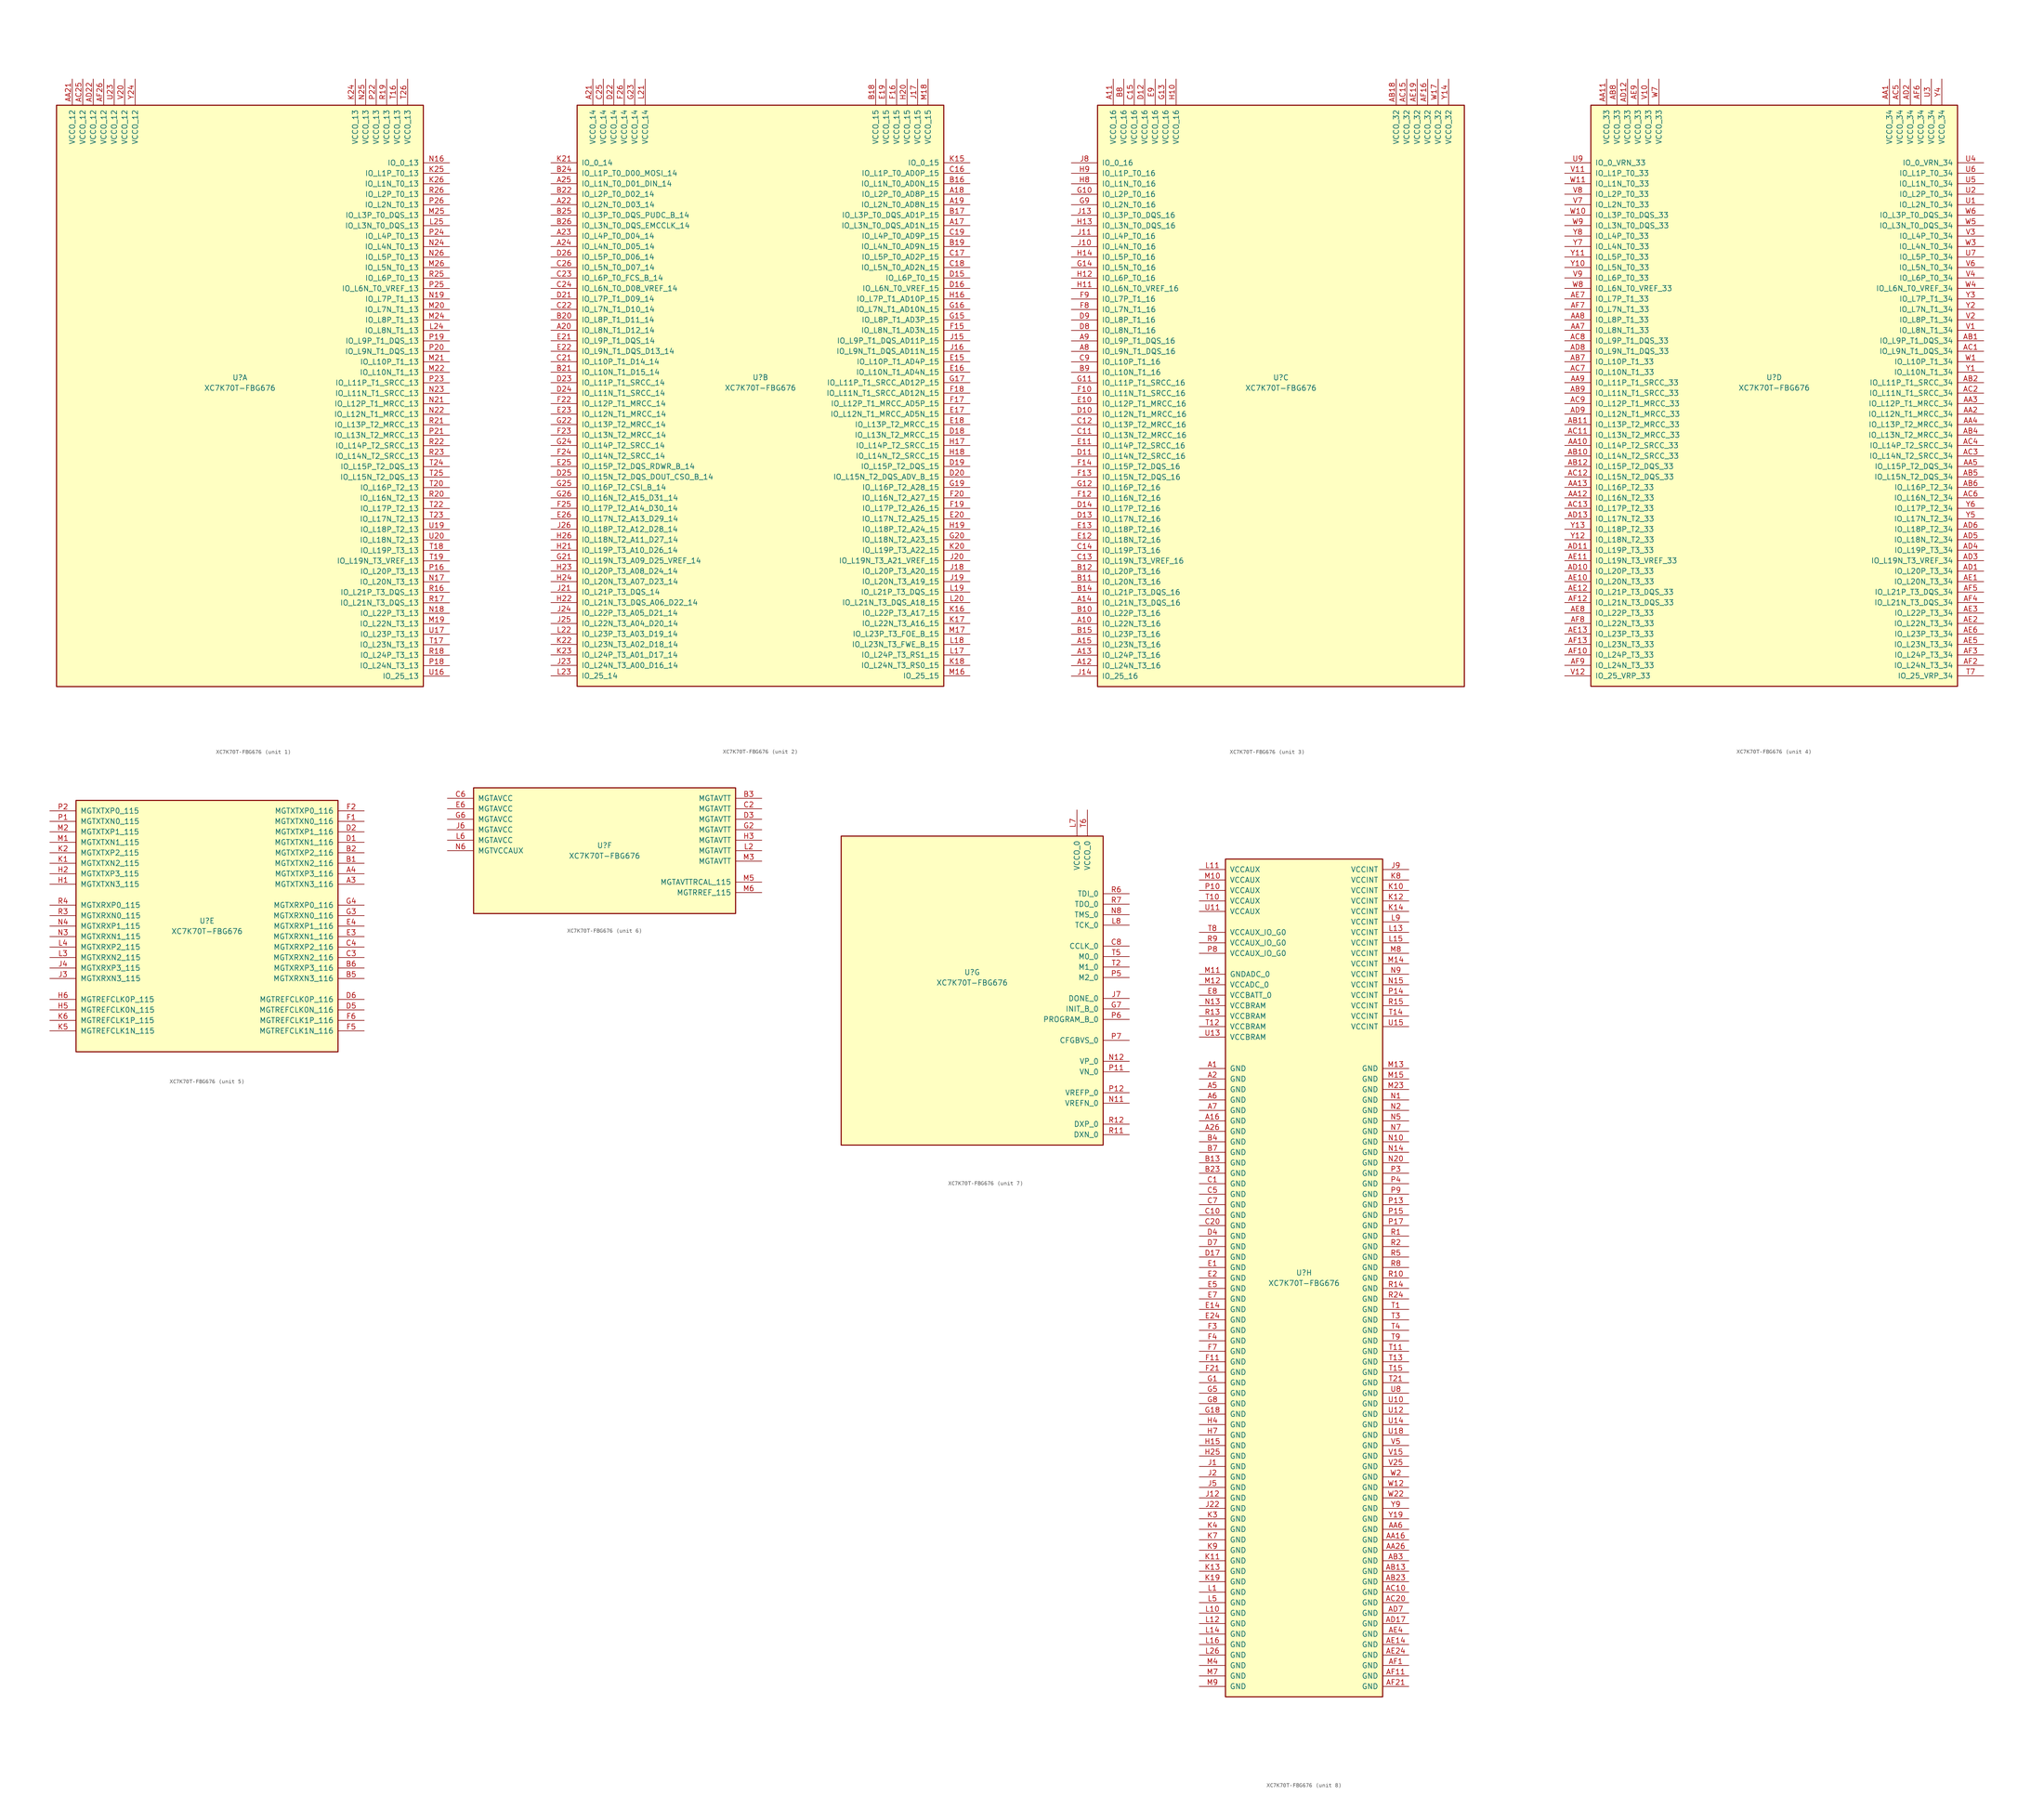
<source format=kicad_sym>
(kicad_symbol_lib
  (version 20241209)
  (generator "kicad_symbol_editor")
  (generator_version "9.0")
  (symbol "XC7K70T-FBG676"
    (pin_names
      (offset 1.016))
    (property "Reference" "U"
      (at 0 1.27 0)
      (effects (font (size 1.27 1.27))))
    (property "Value" "XC7K70T-FBG676"
      (at 0 -1.27 0)
      (effects (font (size 1.27 1.27))))
    (property "Datasheet" ""
      (at 0 0 0)
      (effects (font (size 1.27 1.27))))
    (property "ki_locked" ""
      (at 0 0 0)
      (effects (font (size 1.27 1.27))))
    (symbol "XC7K70T-FBG676_1_1"
      (rectangle (start -44.45 67.31) (end 44.45 -73.66) (stroke (width 0.254) (type default)) (fill (type background)))
      (pin power_in line (at -40.64 73.66 270) (length 6.35) (name "VCCO_12" (effects (font (size 1.27 1.27)))) (number "AA21" (effects (font (size 1.27 1.27)))))
      (pin power_in line (at -38.1 73.66 270) (length 6.35) (name "VCCO_12" (effects (font (size 1.27 1.27)))) (number "AC25" (effects (font (size 1.27 1.27)))))
      (pin power_in line (at -35.56 73.66 270) (length 6.35) (name "VCCO_12" (effects (font (size 1.27 1.27)))) (number "AD22" (effects (font (size 1.27 1.27)))))
      (pin power_in line (at -33.02 73.66 270) (length 6.35) (name "VCCO_12" (effects (font (size 1.27 1.27)))) (number "AF26" (effects (font (size 1.27 1.27)))))
      (pin power_in line (at -30.48 73.66 270) (length 6.35) (name "VCCO_12" (effects (font (size 1.27 1.27)))) (number "U23" (effects (font (size 1.27 1.27)))))
      (pin power_in line (at -27.94 73.66 270) (length 6.35) (name "VCCO_12" (effects (font (size 1.27 1.27)))) (number "V20" (effects (font (size 1.27 1.27)))))
      (pin power_in line (at -25.4 73.66 270) (length 6.35) (name "VCCO_12" (effects (font (size 1.27 1.27)))) (number "Y24" (effects (font (size 1.27 1.27)))))
      (pin power_in line (at 27.94 73.66 270) (length 6.35) (name "VCCO_13" (effects (font (size 1.27 1.27)))) (number "K24" (effects (font (size 1.27 1.27)))))
      (pin power_in line (at 30.48 73.66 270) (length 6.35) (name "VCCO_13" (effects (font (size 1.27 1.27)))) (number "N25" (effects (font (size 1.27 1.27)))))
      (pin power_in line (at 33.02 73.66 270) (length 6.35) (name "VCCO_13" (effects (font (size 1.27 1.27)))) (number "P22" (effects (font (size 1.27 1.27)))))
      (pin power_in line (at 35.56 73.66 270) (length 6.35) (name "VCCO_13" (effects (font (size 1.27 1.27)))) (number "R19" (effects (font (size 1.27 1.27)))))
      (pin power_in line (at 38.1 73.66 270) (length 6.35) (name "VCCO_13" (effects (font (size 1.27 1.27)))) (number "T16" (effects (font (size 1.27 1.27)))))
      (pin power_in line (at 40.64 73.66 270) (length 6.35) (name "VCCO_13" (effects (font (size 1.27 1.27)))) (number "T26" (effects (font (size 1.27 1.27)))))
      (pin bidirectional line (at 50.8 53.34 180) (length 6.35) (name "IO_0_13" (effects (font (size 1.27 1.27)))) (number "N16" (effects (font (size 1.27 1.27)))))
      (pin bidirectional line (at 50.8 50.8 180) (length 6.35) (name "IO_L1P_T0_13" (effects (font (size 1.27 1.27)))) (number "K25" (effects (font (size 1.27 1.27)))))
      (pin bidirectional line (at 50.8 48.26 180) (length 6.35) (name "IO_L1N_T0_13" (effects (font (size 1.27 1.27)))) (number "K26" (effects (font (size 1.27 1.27)))))
      (pin bidirectional line (at 50.8 45.72 180) (length 6.35) (name "IO_L2P_T0_13" (effects (font (size 1.27 1.27)))) (number "R26" (effects (font (size 1.27 1.27)))))
      (pin bidirectional line (at 50.8 43.18 180) (length 6.35) (name "IO_L2N_T0_13" (effects (font (size 1.27 1.27)))) (number "P26" (effects (font (size 1.27 1.27)))))
      (pin bidirectional line (at 50.8 40.64 180) (length 6.35) (name "IO_L3P_T0_DQS_13" (effects (font (size 1.27 1.27)))) (number "M25" (effects (font (size 1.27 1.27)))))
      (pin bidirectional line (at 50.8 38.1 180) (length 6.35) (name "IO_L3N_T0_DQS_13" (effects (font (size 1.27 1.27)))) (number "L25" (effects (font (size 1.27 1.27)))))
      (pin bidirectional line (at 50.8 35.56 180) (length 6.35) (name "IO_L4P_T0_13" (effects (font (size 1.27 1.27)))) (number "P24" (effects (font (size 1.27 1.27)))))
      (pin bidirectional line (at 50.8 33.02 180) (length 6.35) (name "IO_L4N_T0_13" (effects (font (size 1.27 1.27)))) (number "N24" (effects (font (size 1.27 1.27)))))
      (pin bidirectional line (at 50.8 30.48 180) (length 6.35) (name "IO_L5P_T0_13" (effects (font (size 1.27 1.27)))) (number "N26" (effects (font (size 1.27 1.27)))))
      (pin bidirectional line (at 50.8 27.94 180) (length 6.35) (name "IO_L5N_T0_13" (effects (font (size 1.27 1.27)))) (number "M26" (effects (font (size 1.27 1.27)))))
      (pin bidirectional line (at 50.8 25.4 180) (length 6.35) (name "IO_L6P_T0_13" (effects (font (size 1.27 1.27)))) (number "R25" (effects (font (size 1.27 1.27)))))
      (pin bidirectional line (at 50.8 22.86 180) (length 6.35) (name "IO_L6N_T0_VREF_13" (effects (font (size 1.27 1.27)))) (number "P25" (effects (font (size 1.27 1.27)))))
      (pin bidirectional line (at 50.8 20.32 180) (length 6.35) (name "IO_L7P_T1_13" (effects (font (size 1.27 1.27)))) (number "N19" (effects (font (size 1.27 1.27)))))
      (pin bidirectional line (at 50.8 17.78 180) (length 6.35) (name "IO_L7N_T1_13" (effects (font (size 1.27 1.27)))) (number "M20" (effects (font (size 1.27 1.27)))))
      (pin bidirectional line (at 50.8 15.24 180) (length 6.35) (name "IO_L8P_T1_13" (effects (font (size 1.27 1.27)))) (number "M24" (effects (font (size 1.27 1.27)))))
      (pin bidirectional line (at 50.8 12.7 180) (length 6.35) (name "IO_L8N_T1_13" (effects (font (size 1.27 1.27)))) (number "L24" (effects (font (size 1.27 1.27)))))
      (pin bidirectional line (at 50.8 10.16 180) (length 6.35) (name "IO_L9P_T1_DQS_13" (effects (font (size 1.27 1.27)))) (number "P19" (effects (font (size 1.27 1.27)))))
      (pin bidirectional line (at 50.8 7.62 180) (length 6.35) (name "IO_L9N_T1_DQS_13" (effects (font (size 1.27 1.27)))) (number "P20" (effects (font (size 1.27 1.27)))))
      (pin bidirectional line (at 50.8 5.08 180) (length 6.35) (name "IO_L10P_T1_13" (effects (font (size 1.27 1.27)))) (number "M21" (effects (font (size 1.27 1.27)))))
      (pin bidirectional line (at 50.8 2.54 180) (length 6.35) (name "IO_L10N_T1_13" (effects (font (size 1.27 1.27)))) (number "M22" (effects (font (size 1.27 1.27)))))
      (pin bidirectional line (at 50.8 0 180) (length 6.35) (name "IO_L11P_T1_SRCC_13" (effects (font (size 1.27 1.27)))) (number "P23" (effects (font (size 1.27 1.27)))))
      (pin bidirectional line (at 50.8 -2.54 180) (length 6.35) (name "IO_L11N_T1_SRCC_13" (effects (font (size 1.27 1.27)))) (number "N23" (effects (font (size 1.27 1.27)))))
      (pin bidirectional line (at 50.8 -5.08 180) (length 6.35) (name "IO_L12P_T1_MRCC_13" (effects (font (size 1.27 1.27)))) (number "N21" (effects (font (size 1.27 1.27)))))
      (pin bidirectional line (at 50.8 -7.62 180) (length 6.35) (name "IO_L12N_T1_MRCC_13" (effects (font (size 1.27 1.27)))) (number "N22" (effects (font (size 1.27 1.27)))))
      (pin bidirectional line (at 50.8 -10.16 180) (length 6.35) (name "IO_L13P_T2_MRCC_13" (effects (font (size 1.27 1.27)))) (number "R21" (effects (font (size 1.27 1.27)))))
      (pin bidirectional line (at 50.8 -12.7 180) (length 6.35) (name "IO_L13N_T2_MRCC_13" (effects (font (size 1.27 1.27)))) (number "P21" (effects (font (size 1.27 1.27)))))
      (pin bidirectional line (at 50.8 -15.24 180) (length 6.35) (name "IO_L14P_T2_SRCC_13" (effects (font (size 1.27 1.27)))) (number "R22" (effects (font (size 1.27 1.27)))))
      (pin bidirectional line (at 50.8 -17.78 180) (length 6.35) (name "IO_L14N_T2_SRCC_13" (effects (font (size 1.27 1.27)))) (number "R23" (effects (font (size 1.27 1.27)))))
      (pin bidirectional line (at 50.8 -20.32 180) (length 6.35) (name "IO_L15P_T2_DQS_13" (effects (font (size 1.27 1.27)))) (number "T24" (effects (font (size 1.27 1.27)))))
      (pin bidirectional line (at 50.8 -22.86 180) (length 6.35) (name "IO_L15N_T2_DQS_13" (effects (font (size 1.27 1.27)))) (number "T25" (effects (font (size 1.27 1.27)))))
      (pin bidirectional line (at 50.8 -25.4 180) (length 6.35) (name "IO_L16P_T2_13" (effects (font (size 1.27 1.27)))) (number "T20" (effects (font (size 1.27 1.27)))))
      (pin bidirectional line (at 50.8 -27.94 180) (length 6.35) (name "IO_L16N_T2_13" (effects (font (size 1.27 1.27)))) (number "R20" (effects (font (size 1.27 1.27)))))
      (pin bidirectional line (at 50.8 -30.48 180) (length 6.35) (name "IO_L17P_T2_13" (effects (font (size 1.27 1.27)))) (number "T22" (effects (font (size 1.27 1.27)))))
      (pin bidirectional line (at 50.8 -33.02 180) (length 6.35) (name "IO_L17N_T2_13" (effects (font (size 1.27 1.27)))) (number "T23" (effects (font (size 1.27 1.27)))))
      (pin bidirectional line (at 50.8 -35.56 180) (length 6.35) (name "IO_L18P_T2_13" (effects (font (size 1.27 1.27)))) (number "U19" (effects (font (size 1.27 1.27)))))
      (pin bidirectional line (at 50.8 -38.1 180) (length 6.35) (name "IO_L18N_T2_13" (effects (font (size 1.27 1.27)))) (number "U20" (effects (font (size 1.27 1.27)))))
      (pin bidirectional line (at 50.8 -40.64 180) (length 6.35) (name "IO_L19P_T3_13" (effects (font (size 1.27 1.27)))) (number "T18" (effects (font (size 1.27 1.27)))))
      (pin bidirectional line (at 50.8 -43.18 180) (length 6.35) (name "IO_L19N_T3_VREF_13" (effects (font (size 1.27 1.27)))) (number "T19" (effects (font (size 1.27 1.27)))))
      (pin bidirectional line (at 50.8 -45.72 180) (length 6.35) (name "IO_L20P_T3_13" (effects (font (size 1.27 1.27)))) (number "P16" (effects (font (size 1.27 1.27)))))
      (pin bidirectional line (at 50.8 -48.26 180) (length 6.35) (name "IO_L20N_T3_13" (effects (font (size 1.27 1.27)))) (number "N17" (effects (font (size 1.27 1.27)))))
      (pin bidirectional line (at 50.8 -50.8 180) (length 6.35) (name "IO_L21P_T3_DQS_13" (effects (font (size 1.27 1.27)))) (number "R16" (effects (font (size 1.27 1.27)))))
      (pin bidirectional line (at 50.8 -53.34 180) (length 6.35) (name "IO_L21N_T3_DQS_13" (effects (font (size 1.27 1.27)))) (number "R17" (effects (font (size 1.27 1.27)))))
      (pin bidirectional line (at 50.8 -55.88 180) (length 6.35) (name "IO_L22P_T3_13" (effects (font (size 1.27 1.27)))) (number "N18" (effects (font (size 1.27 1.27)))))
      (pin bidirectional line (at 50.8 -58.42 180) (length 6.35) (name "IO_L22N_T3_13" (effects (font (size 1.27 1.27)))) (number "M19" (effects (font (size 1.27 1.27)))))
      (pin bidirectional line (at 50.8 -60.96 180) (length 6.35) (name "IO_L23P_T3_13" (effects (font (size 1.27 1.27)))) (number "U17" (effects (font (size 1.27 1.27)))))
      (pin bidirectional line (at 50.8 -63.5 180) (length 6.35) (name "IO_L23N_T3_13" (effects (font (size 1.27 1.27)))) (number "T17" (effects (font (size 1.27 1.27)))))
      (pin bidirectional line (at 50.8 -66.04 180) (length 6.35) (name "IO_L24P_T3_13" (effects (font (size 1.27 1.27)))) (number "R18" (effects (font (size 1.27 1.27)))))
      (pin bidirectional line (at 50.8 -68.58 180) (length 6.35) (name "IO_L24N_T3_13" (effects (font (size 1.27 1.27)))) (number "P18" (effects (font (size 1.27 1.27)))))
      (pin bidirectional line (at 50.8 -71.12 180) (length 6.35) (name "IO_25_13" (effects (font (size 1.27 1.27)))) (number "U16" (effects (font (size 1.27 1.27))))))
    (symbol "XC7K70T-FBG676_2_1"
      (rectangle (start -44.45 67.31) (end 44.45 -73.66) (stroke (width 0.254) (type default)) (fill (type background)))
      (pin bidirectional line (at -50.8 53.34 0) (length 6.35) (name "IO_0_14" (effects (font (size 1.27 1.27)))) (number "K21" (effects (font (size 1.27 1.27)))))
      (pin bidirectional line (at -50.8 50.8 0) (length 6.35) (name "IO_L1P_T0_D00_MOSI_14" (effects (font (size 1.27 1.27)))) (number "B24" (effects (font (size 1.27 1.27)))))
      (pin bidirectional line (at -50.8 48.26 0) (length 6.35) (name "IO_L1N_T0_D01_DIN_14" (effects (font (size 1.27 1.27)))) (number "A25" (effects (font (size 1.27 1.27)))))
      (pin bidirectional line (at -50.8 45.72 0) (length 6.35) (name "IO_L2P_T0_D02_14" (effects (font (size 1.27 1.27)))) (number "B22" (effects (font (size 1.27 1.27)))))
      (pin bidirectional line (at -50.8 43.18 0) (length 6.35) (name "IO_L2N_T0_D03_14" (effects (font (size 1.27 1.27)))) (number "A22" (effects (font (size 1.27 1.27)))))
      (pin bidirectional line (at -50.8 40.64 0) (length 6.35) (name "IO_L3P_T0_DQS_PUDC_B_14" (effects (font (size 1.27 1.27)))) (number "B25" (effects (font (size 1.27 1.27)))))
      (pin bidirectional line (at -50.8 38.1 0) (length 6.35) (name "IO_L3N_T0_DQS_EMCCLK_14" (effects (font (size 1.27 1.27)))) (number "B26" (effects (font (size 1.27 1.27)))))
      (pin bidirectional line (at -50.8 35.56 0) (length 6.35) (name "IO_L4P_T0_D04_14" (effects (font (size 1.27 1.27)))) (number "A23" (effects (font (size 1.27 1.27)))))
      (pin bidirectional line (at -50.8 33.02 0) (length 6.35) (name "IO_L4N_T0_D05_14" (effects (font (size 1.27 1.27)))) (number "A24" (effects (font (size 1.27 1.27)))))
      (pin bidirectional line (at -50.8 30.48 0) (length 6.35) (name "IO_L5P_T0_D06_14" (effects (font (size 1.27 1.27)))) (number "D26" (effects (font (size 1.27 1.27)))))
      (pin bidirectional line (at -50.8 27.94 0) (length 6.35) (name "IO_L5N_T0_D07_14" (effects (font (size 1.27 1.27)))) (number "C26" (effects (font (size 1.27 1.27)))))
      (pin bidirectional line (at -50.8 25.4 0) (length 6.35) (name "IO_L6P_T0_FCS_B_14" (effects (font (size 1.27 1.27)))) (number "C23" (effects (font (size 1.27 1.27)))))
      (pin bidirectional line (at -50.8 22.86 0) (length 6.35) (name "IO_L6N_T0_D08_VREF_14" (effects (font (size 1.27 1.27)))) (number "C24" (effects (font (size 1.27 1.27)))))
      (pin bidirectional line (at -50.8 20.32 0) (length 6.35) (name "IO_L7P_T1_D09_14" (effects (font (size 1.27 1.27)))) (number "D21" (effects (font (size 1.27 1.27)))))
      (pin bidirectional line (at -50.8 17.78 0) (length 6.35) (name "IO_L7N_T1_D10_14" (effects (font (size 1.27 1.27)))) (number "C22" (effects (font (size 1.27 1.27)))))
      (pin bidirectional line (at -50.8 15.24 0) (length 6.35) (name "IO_L8P_T1_D11_14" (effects (font (size 1.27 1.27)))) (number "B20" (effects (font (size 1.27 1.27)))))
      (pin bidirectional line (at -50.8 12.7 0) (length 6.35) (name "IO_L8N_T1_D12_14" (effects (font (size 1.27 1.27)))) (number "A20" (effects (font (size 1.27 1.27)))))
      (pin bidirectional line (at -50.8 10.16 0) (length 6.35) (name "IO_L9P_T1_DQS_14" (effects (font (size 1.27 1.27)))) (number "E21" (effects (font (size 1.27 1.27)))))
      (pin bidirectional line (at -50.8 7.62 0) (length 6.35) (name "IO_L9N_T1_DQS_D13_14" (effects (font (size 1.27 1.27)))) (number "E22" (effects (font (size 1.27 1.27)))))
      (pin bidirectional line (at -50.8 5.08 0) (length 6.35) (name "IO_L10P_T1_D14_14" (effects (font (size 1.27 1.27)))) (number "C21" (effects (font (size 1.27 1.27)))))
      (pin bidirectional line (at -50.8 2.54 0) (length 6.35) (name "IO_L10N_T1_D15_14" (effects (font (size 1.27 1.27)))) (number "B21" (effects (font (size 1.27 1.27)))))
      (pin bidirectional line (at -50.8 0 0) (length 6.35) (name "IO_L11P_T1_SRCC_14" (effects (font (size 1.27 1.27)))) (number "D23" (effects (font (size 1.27 1.27)))))
      (pin bidirectional line (at -50.8 -2.54 0) (length 6.35) (name "IO_L11N_T1_SRCC_14" (effects (font (size 1.27 1.27)))) (number "D24" (effects (font (size 1.27 1.27)))))
      (pin bidirectional line (at -50.8 -5.08 0) (length 6.35) (name "IO_L12P_T1_MRCC_14" (effects (font (size 1.27 1.27)))) (number "F22" (effects (font (size 1.27 1.27)))))
      (pin bidirectional line (at -50.8 -7.62 0) (length 6.35) (name "IO_L12N_T1_MRCC_14" (effects (font (size 1.27 1.27)))) (number "E23" (effects (font (size 1.27 1.27)))))
      (pin bidirectional line (at -50.8 -10.16 0) (length 6.35) (name "IO_L13P_T2_MRCC_14" (effects (font (size 1.27 1.27)))) (number "G22" (effects (font (size 1.27 1.27)))))
      (pin bidirectional line (at -50.8 -12.7 0) (length 6.35) (name "IO_L13N_T2_MRCC_14" (effects (font (size 1.27 1.27)))) (number "F23" (effects (font (size 1.27 1.27)))))
      (pin bidirectional line (at -50.8 -15.24 0) (length 6.35) (name "IO_L14P_T2_SRCC_14" (effects (font (size 1.27 1.27)))) (number "G24" (effects (font (size 1.27 1.27)))))
      (pin bidirectional line (at -50.8 -17.78 0) (length 6.35) (name "IO_L14N_T2_SRCC_14" (effects (font (size 1.27 1.27)))) (number "F24" (effects (font (size 1.27 1.27)))))
      (pin bidirectional line (at -50.8 -20.32 0) (length 6.35) (name "IO_L15P_T2_DQS_RDWR_B_14" (effects (font (size 1.27 1.27)))) (number "E25" (effects (font (size 1.27 1.27)))))
      (pin bidirectional line (at -50.8 -22.86 0) (length 6.35) (name "IO_L15N_T2_DQS_DOUT_CSO_B_14" (effects (font (size 1.27 1.27)))) (number "D25" (effects (font (size 1.27 1.27)))))
      (pin bidirectional line (at -50.8 -25.4 0) (length 6.35) (name "IO_L16P_T2_CSI_B_14" (effects (font (size 1.27 1.27)))) (number "G25" (effects (font (size 1.27 1.27)))))
      (pin bidirectional line (at -50.8 -27.94 0) (length 6.35) (name "IO_L16N_T2_A15_D31_14" (effects (font (size 1.27 1.27)))) (number "G26" (effects (font (size 1.27 1.27)))))
      (pin bidirectional line (at -50.8 -30.48 0) (length 6.35) (name "IO_L17P_T2_A14_D30_14" (effects (font (size 1.27 1.27)))) (number "F25" (effects (font (size 1.27 1.27)))))
      (pin bidirectional line (at -50.8 -33.02 0) (length 6.35) (name "IO_L17N_T2_A13_D29_14" (effects (font (size 1.27 1.27)))) (number "E26" (effects (font (size 1.27 1.27)))))
      (pin bidirectional line (at -50.8 -35.56 0) (length 6.35) (name "IO_L18P_T2_A12_D28_14" (effects (font (size 1.27 1.27)))) (number "J26" (effects (font (size 1.27 1.27)))))
      (pin bidirectional line (at -50.8 -38.1 0) (length 6.35) (name "IO_L18N_T2_A11_D27_14" (effects (font (size 1.27 1.27)))) (number "H26" (effects (font (size 1.27 1.27)))))
      (pin bidirectional line (at -50.8 -40.64 0) (length 6.35) (name "IO_L19P_T3_A10_D26_14" (effects (font (size 1.27 1.27)))) (number "H21" (effects (font (size 1.27 1.27)))))
      (pin bidirectional line (at -50.8 -43.18 0) (length 6.35) (name "IO_L19N_T3_A09_D25_VREF_14" (effects (font (size 1.27 1.27)))) (number "G21" (effects (font (size 1.27 1.27)))))
      (pin bidirectional line (at -50.8 -45.72 0) (length 6.35) (name "IO_L20P_T3_A08_D24_14" (effects (font (size 1.27 1.27)))) (number "H23" (effects (font (size 1.27 1.27)))))
      (pin bidirectional line (at -50.8 -48.26 0) (length 6.35) (name "IO_L20N_T3_A07_D23_14" (effects (font (size 1.27 1.27)))) (number "H24" (effects (font (size 1.27 1.27)))))
      (pin bidirectional line (at -50.8 -50.8 0) (length 6.35) (name "IO_L21P_T3_DQS_14" (effects (font (size 1.27 1.27)))) (number "J21" (effects (font (size 1.27 1.27)))))
      (pin bidirectional line (at -50.8 -53.34 0) (length 6.35) (name "IO_L21N_T3_DQS_A06_D22_14" (effects (font (size 1.27 1.27)))) (number "H22" (effects (font (size 1.27 1.27)))))
      (pin bidirectional line (at -50.8 -55.88 0) (length 6.35) (name "IO_L22P_T3_A05_D21_14" (effects (font (size 1.27 1.27)))) (number "J24" (effects (font (size 1.27 1.27)))))
      (pin bidirectional line (at -50.8 -58.42 0) (length 6.35) (name "IO_L22N_T3_A04_D20_14" (effects (font (size 1.27 1.27)))) (number "J25" (effects (font (size 1.27 1.27)))))
      (pin bidirectional line (at -50.8 -60.96 0) (length 6.35) (name "IO_L23P_T3_A03_D19_14" (effects (font (size 1.27 1.27)))) (number "L22" (effects (font (size 1.27 1.27)))))
      (pin bidirectional line (at -50.8 -63.5 0) (length 6.35) (name "IO_L23N_T3_A02_D18_14" (effects (font (size 1.27 1.27)))) (number "K22" (effects (font (size 1.27 1.27)))))
      (pin bidirectional line (at -50.8 -66.04 0) (length 6.35) (name "IO_L24P_T3_A01_D17_14" (effects (font (size 1.27 1.27)))) (number "K23" (effects (font (size 1.27 1.27)))))
      (pin bidirectional line (at -50.8 -68.58 0) (length 6.35) (name "IO_L24N_T3_A00_D16_14" (effects (font (size 1.27 1.27)))) (number "J23" (effects (font (size 1.27 1.27)))))
      (pin bidirectional line (at -50.8 -71.12 0) (length 6.35) (name "IO_25_14" (effects (font (size 1.27 1.27)))) (number "L23" (effects (font (size 1.27 1.27)))))
      (pin power_in line (at -40.64 73.66 270) (length 6.35) (name "VCCO_14" (effects (font (size 1.27 1.27)))) (number "A21" (effects (font (size 1.27 1.27)))))
      (pin power_in line (at -38.1 73.66 270) (length 6.35) (name "VCCO_14" (effects (font (size 1.27 1.27)))) (number "C25" (effects (font (size 1.27 1.27)))))
      (pin power_in line (at -35.56 73.66 270) (length 6.35) (name "VCCO_14" (effects (font (size 1.27 1.27)))) (number "D22" (effects (font (size 1.27 1.27)))))
      (pin power_in line (at -33.02 73.66 270) (length 6.35) (name "VCCO_14" (effects (font (size 1.27 1.27)))) (number "F26" (effects (font (size 1.27 1.27)))))
      (pin power_in line (at -30.48 73.66 270) (length 6.35) (name "VCCO_14" (effects (font (size 1.27 1.27)))) (number "G23" (effects (font (size 1.27 1.27)))))
      (pin power_in line (at -27.94 73.66 270) (length 6.35) (name "VCCO_14" (effects (font (size 1.27 1.27)))) (number "L21" (effects (font (size 1.27 1.27)))))
      (pin power_in line (at 27.94 73.66 270) (length 6.35) (name "VCCO_15" (effects (font (size 1.27 1.27)))) (number "B18" (effects (font (size 1.27 1.27)))))
      (pin power_in line (at 30.48 73.66 270) (length 6.35) (name "VCCO_15" (effects (font (size 1.27 1.27)))) (number "E19" (effects (font (size 1.27 1.27)))))
      (pin power_in line (at 33.02 73.66 270) (length 6.35) (name "VCCO_15" (effects (font (size 1.27 1.27)))) (number "F16" (effects (font (size 1.27 1.27)))))
      (pin power_in line (at 35.56 73.66 270) (length 6.35) (name "VCCO_15" (effects (font (size 1.27 1.27)))) (number "H20" (effects (font (size 1.27 1.27)))))
      (pin power_in line (at 38.1 73.66 270) (length 6.35) (name "VCCO_15" (effects (font (size 1.27 1.27)))) (number "J17" (effects (font (size 1.27 1.27)))))
      (pin power_in line (at 40.64 73.66 270) (length 6.35) (name "VCCO_15" (effects (font (size 1.27 1.27)))) (number "M18" (effects (font (size 1.27 1.27)))))
      (pin bidirectional line (at 50.8 53.34 180) (length 6.35) (name "IO_0_15" (effects (font (size 1.27 1.27)))) (number "K15" (effects (font (size 1.27 1.27)))))
      (pin bidirectional line (at 50.8 50.8 180) (length 6.35) (name "IO_L1P_T0_AD0P_15" (effects (font (size 1.27 1.27)))) (number "C16" (effects (font (size 1.27 1.27)))))
      (pin bidirectional line (at 50.8 48.26 180) (length 6.35) (name "IO_L1N_T0_AD0N_15" (effects (font (size 1.27 1.27)))) (number "B16" (effects (font (size 1.27 1.27)))))
      (pin bidirectional line (at 50.8 45.72 180) (length 6.35) (name "IO_L2P_T0_AD8P_15" (effects (font (size 1.27 1.27)))) (number "A18" (effects (font (size 1.27 1.27)))))
      (pin bidirectional line (at 50.8 43.18 180) (length 6.35) (name "IO_L2N_T0_AD8N_15" (effects (font (size 1.27 1.27)))) (number "A19" (effects (font (size 1.27 1.27)))))
      (pin bidirectional line (at 50.8 40.64 180) (length 6.35) (name "IO_L3P_T0_DQS_AD1P_15" (effects (font (size 1.27 1.27)))) (number "B17" (effects (font (size 1.27 1.27)))))
      (pin bidirectional line (at 50.8 38.1 180) (length 6.35) (name "IO_L3N_T0_DQS_AD1N_15" (effects (font (size 1.27 1.27)))) (number "A17" (effects (font (size 1.27 1.27)))))
      (pin bidirectional line (at 50.8 35.56 180) (length 6.35) (name "IO_L4P_T0_AD9P_15" (effects (font (size 1.27 1.27)))) (number "C19" (effects (font (size 1.27 1.27)))))
      (pin bidirectional line (at 50.8 33.02 180) (length 6.35) (name "IO_L4N_T0_AD9N_15" (effects (font (size 1.27 1.27)))) (number "B19" (effects (font (size 1.27 1.27)))))
      (pin bidirectional line (at 50.8 30.48 180) (length 6.35) (name "IO_L5P_T0_AD2P_15" (effects (font (size 1.27 1.27)))) (number "C17" (effects (font (size 1.27 1.27)))))
      (pin bidirectional line (at 50.8 27.94 180) (length 6.35) (name "IO_L5N_T0_AD2N_15" (effects (font (size 1.27 1.27)))) (number "C18" (effects (font (size 1.27 1.27)))))
      (pin bidirectional line (at 50.8 25.4 180) (length 6.35) (name "IO_L6P_T0_15" (effects (font (size 1.27 1.27)))) (number "D15" (effects (font (size 1.27 1.27)))))
      (pin bidirectional line (at 50.8 22.86 180) (length 6.35) (name "IO_L6N_T0_VREF_15" (effects (font (size 1.27 1.27)))) (number "D16" (effects (font (size 1.27 1.27)))))
      (pin bidirectional line (at 50.8 20.32 180) (length 6.35) (name "IO_L7P_T1_AD10P_15" (effects (font (size 1.27 1.27)))) (number "H16" (effects (font (size 1.27 1.27)))))
      (pin bidirectional line (at 50.8 17.78 180) (length 6.35) (name "IO_L7N_T1_AD10N_15" (effects (font (size 1.27 1.27)))) (number "G16" (effects (font (size 1.27 1.27)))))
      (pin bidirectional line (at 50.8 15.24 180) (length 6.35) (name "IO_L8P_T1_AD3P_15" (effects (font (size 1.27 1.27)))) (number "G15" (effects (font (size 1.27 1.27)))))
      (pin bidirectional line (at 50.8 12.7 180) (length 6.35) (name "IO_L8N_T1_AD3N_15" (effects (font (size 1.27 1.27)))) (number "F15" (effects (font (size 1.27 1.27)))))
      (pin bidirectional line (at 50.8 10.16 180) (length 6.35) (name "IO_L9P_T1_DQS_AD11P_15" (effects (font (size 1.27 1.27)))) (number "J15" (effects (font (size 1.27 1.27)))))
      (pin bidirectional line (at 50.8 7.62 180) (length 6.35) (name "IO_L9N_T1_DQS_AD11N_15" (effects (font (size 1.27 1.27)))) (number "J16" (effects (font (size 1.27 1.27)))))
      (pin bidirectional line (at 50.8 5.08 180) (length 6.35) (name "IO_L10P_T1_AD4P_15" (effects (font (size 1.27 1.27)))) (number "E15" (effects (font (size 1.27 1.27)))))
      (pin bidirectional line (at 50.8 2.54 180) (length 6.35) (name "IO_L10N_T1_AD4N_15" (effects (font (size 1.27 1.27)))) (number "E16" (effects (font (size 1.27 1.27)))))
      (pin bidirectional line (at 50.8 0 180) (length 6.35) (name "IO_L11P_T1_SRCC_AD12P_15" (effects (font (size 1.27 1.27)))) (number "G17" (effects (font (size 1.27 1.27)))))
      (pin bidirectional line (at 50.8 -2.54 180) (length 6.35) (name "IO_L11N_T1_SRCC_AD12N_15" (effects (font (size 1.27 1.27)))) (number "F18" (effects (font (size 1.27 1.27)))))
      (pin bidirectional line (at 50.8 -5.08 180) (length 6.35) (name "IO_L12P_T1_MRCC_AD5P_15" (effects (font (size 1.27 1.27)))) (number "F17" (effects (font (size 1.27 1.27)))))
      (pin bidirectional line (at 50.8 -7.62 180) (length 6.35) (name "IO_L12N_T1_MRCC_AD5N_15" (effects (font (size 1.27 1.27)))) (number "E17" (effects (font (size 1.27 1.27)))))
      (pin bidirectional line (at 50.8 -10.16 180) (length 6.35) (name "IO_L13P_T2_MRCC_15" (effects (font (size 1.27 1.27)))) (number "E18" (effects (font (size 1.27 1.27)))))
      (pin bidirectional line (at 50.8 -12.7 180) (length 6.35) (name "IO_L13N_T2_MRCC_15" (effects (font (size 1.27 1.27)))) (number "D18" (effects (font (size 1.27 1.27)))))
      (pin bidirectional line (at 50.8 -15.24 180) (length 6.35) (name "IO_L14P_T2_SRCC_15" (effects (font (size 1.27 1.27)))) (number "H17" (effects (font (size 1.27 1.27)))))
      (pin bidirectional line (at 50.8 -17.78 180) (length 6.35) (name "IO_L14N_T2_SRCC_15" (effects (font (size 1.27 1.27)))) (number "H18" (effects (font (size 1.27 1.27)))))
      (pin bidirectional line (at 50.8 -20.32 180) (length 6.35) (name "IO_L15P_T2_DQS_15" (effects (font (size 1.27 1.27)))) (number "D19" (effects (font (size 1.27 1.27)))))
      (pin bidirectional line (at 50.8 -22.86 180) (length 6.35) (name "IO_L15N_T2_DQS_ADV_B_15" (effects (font (size 1.27 1.27)))) (number "D20" (effects (font (size 1.27 1.27)))))
      (pin bidirectional line (at 50.8 -25.4 180) (length 6.35) (name "IO_L16P_T2_A28_15" (effects (font (size 1.27 1.27)))) (number "G19" (effects (font (size 1.27 1.27)))))
      (pin bidirectional line (at 50.8 -27.94 180) (length 6.35) (name "IO_L16N_T2_A27_15" (effects (font (size 1.27 1.27)))) (number "F20" (effects (font (size 1.27 1.27)))))
      (pin bidirectional line (at 50.8 -30.48 180) (length 6.35) (name "IO_L17P_T2_A26_15" (effects (font (size 1.27 1.27)))) (number "F19" (effects (font (size 1.27 1.27)))))
      (pin bidirectional line (at 50.8 -33.02 180) (length 6.35) (name "IO_L17N_T2_A25_15" (effects (font (size 1.27 1.27)))) (number "E20" (effects (font (size 1.27 1.27)))))
      (pin bidirectional line (at 50.8 -35.56 180) (length 6.35) (name "IO_L18P_T2_A24_15" (effects (font (size 1.27 1.27)))) (number "H19" (effects (font (size 1.27 1.27)))))
      (pin bidirectional line (at 50.8 -38.1 180) (length 6.35) (name "IO_L18N_T2_A23_15" (effects (font (size 1.27 1.27)))) (number "G20" (effects (font (size 1.27 1.27)))))
      (pin bidirectional line (at 50.8 -40.64 180) (length 6.35) (name "IO_L19P_T3_A22_15" (effects (font (size 1.27 1.27)))) (number "K20" (effects (font (size 1.27 1.27)))))
      (pin bidirectional line (at 50.8 -43.18 180) (length 6.35) (name "IO_L19N_T3_A21_VREF_15" (effects (font (size 1.27 1.27)))) (number "J20" (effects (font (size 1.27 1.27)))))
      (pin bidirectional line (at 50.8 -45.72 180) (length 6.35) (name "IO_L20P_T3_A20_15" (effects (font (size 1.27 1.27)))) (number "J18" (effects (font (size 1.27 1.27)))))
      (pin bidirectional line (at 50.8 -48.26 180) (length 6.35) (name "IO_L20N_T3_A19_15" (effects (font (size 1.27 1.27)))) (number "J19" (effects (font (size 1.27 1.27)))))
      (pin bidirectional line (at 50.8 -50.8 180) (length 6.35) (name "IO_L21P_T3_DQS_15" (effects (font (size 1.27 1.27)))) (number "L19" (effects (font (size 1.27 1.27)))))
      (pin bidirectional line (at 50.8 -53.34 180) (length 6.35) (name "IO_L21N_T3_DQS_A18_15" (effects (font (size 1.27 1.27)))) (number "L20" (effects (font (size 1.27 1.27)))))
      (pin bidirectional line (at 50.8 -55.88 180) (length 6.35) (name "IO_L22P_T3_A17_15" (effects (font (size 1.27 1.27)))) (number "K16" (effects (font (size 1.27 1.27)))))
      (pin bidirectional line (at 50.8 -58.42 180) (length 6.35) (name "IO_L22N_T3_A16_15" (effects (font (size 1.27 1.27)))) (number "K17" (effects (font (size 1.27 1.27)))))
      (pin bidirectional line (at 50.8 -60.96 180) (length 6.35) (name "IO_L23P_T3_FOE_B_15" (effects (font (size 1.27 1.27)))) (number "M17" (effects (font (size 1.27 1.27)))))
      (pin bidirectional line (at 50.8 -63.5 180) (length 6.35) (name "IO_L23N_T3_FWE_B_15" (effects (font (size 1.27 1.27)))) (number "L18" (effects (font (size 1.27 1.27)))))
      (pin bidirectional line (at 50.8 -66.04 180) (length 6.35) (name "IO_L24P_T3_RS1_15" (effects (font (size 1.27 1.27)))) (number "L17" (effects (font (size 1.27 1.27)))))
      (pin bidirectional line (at 50.8 -68.58 180) (length 6.35) (name "IO_L24N_T3_RS0_15" (effects (font (size 1.27 1.27)))) (number "K18" (effects (font (size 1.27 1.27)))))
      (pin bidirectional line (at 50.8 -71.12 180) (length 6.35) (name "IO_25_15" (effects (font (size 1.27 1.27)))) (number "M16" (effects (font (size 1.27 1.27))))))
    (symbol "XC7K70T-FBG676_3_1"
      (rectangle (start -44.45 67.31) (end 44.45 -73.66) (stroke (width 0.254) (type default)) (fill (type background)))
      (pin bidirectional line (at -50.8 53.34 0) (length 6.35) (name "IO_0_16" (effects (font (size 1.27 1.27)))) (number "J8" (effects (font (size 1.27 1.27)))))
      (pin bidirectional line (at -50.8 50.8 0) (length 6.35) (name "IO_L1P_T0_16" (effects (font (size 1.27 1.27)))) (number "H9" (effects (font (size 1.27 1.27)))))
      (pin bidirectional line (at -50.8 48.26 0) (length 6.35) (name "IO_L1N_T0_16" (effects (font (size 1.27 1.27)))) (number "H8" (effects (font (size 1.27 1.27)))))
      (pin bidirectional line (at -50.8 45.72 0) (length 6.35) (name "IO_L2P_T0_16" (effects (font (size 1.27 1.27)))) (number "G10" (effects (font (size 1.27 1.27)))))
      (pin bidirectional line (at -50.8 43.18 0) (length 6.35) (name "IO_L2N_T0_16" (effects (font (size 1.27 1.27)))) (number "G9" (effects (font (size 1.27 1.27)))))
      (pin bidirectional line (at -50.8 40.64 0) (length 6.35) (name "IO_L3P_T0_DQS_16" (effects (font (size 1.27 1.27)))) (number "J13" (effects (font (size 1.27 1.27)))))
      (pin bidirectional line (at -50.8 38.1 0) (length 6.35) (name "IO_L3N_T0_DQS_16" (effects (font (size 1.27 1.27)))) (number "H13" (effects (font (size 1.27 1.27)))))
      (pin bidirectional line (at -50.8 35.56 0) (length 6.35) (name "IO_L4P_T0_16" (effects (font (size 1.27 1.27)))) (number "J11" (effects (font (size 1.27 1.27)))))
      (pin bidirectional line (at -50.8 33.02 0) (length 6.35) (name "IO_L4N_T0_16" (effects (font (size 1.27 1.27)))) (number "J10" (effects (font (size 1.27 1.27)))))
      (pin bidirectional line (at -50.8 30.48 0) (length 6.35) (name "IO_L5P_T0_16" (effects (font (size 1.27 1.27)))) (number "H14" (effects (font (size 1.27 1.27)))))
      (pin bidirectional line (at -50.8 27.94 0) (length 6.35) (name "IO_L5N_T0_16" (effects (font (size 1.27 1.27)))) (number "G14" (effects (font (size 1.27 1.27)))))
      (pin bidirectional line (at -50.8 25.4 0) (length 6.35) (name "IO_L6P_T0_16" (effects (font (size 1.27 1.27)))) (number "H12" (effects (font (size 1.27 1.27)))))
      (pin bidirectional line (at -50.8 22.86 0) (length 6.35) (name "IO_L6N_T0_VREF_16" (effects (font (size 1.27 1.27)))) (number "H11" (effects (font (size 1.27 1.27)))))
      (pin bidirectional line (at -50.8 20.32 0) (length 6.35) (name "IO_L7P_T1_16" (effects (font (size 1.27 1.27)))) (number "F9" (effects (font (size 1.27 1.27)))))
      (pin bidirectional line (at -50.8 17.78 0) (length 6.35) (name "IO_L7N_T1_16" (effects (font (size 1.27 1.27)))) (number "F8" (effects (font (size 1.27 1.27)))))
      (pin bidirectional line (at -50.8 15.24 0) (length 6.35) (name "IO_L8P_T1_16" (effects (font (size 1.27 1.27)))) (number "D9" (effects (font (size 1.27 1.27)))))
      (pin bidirectional line (at -50.8 12.7 0) (length 6.35) (name "IO_L8N_T1_16" (effects (font (size 1.27 1.27)))) (number "D8" (effects (font (size 1.27 1.27)))))
      (pin bidirectional line (at -50.8 10.16 0) (length 6.35) (name "IO_L9P_T1_DQS_16" (effects (font (size 1.27 1.27)))) (number "A9" (effects (font (size 1.27 1.27)))))
      (pin bidirectional line (at -50.8 7.62 0) (length 6.35) (name "IO_L9N_T1_DQS_16" (effects (font (size 1.27 1.27)))) (number "A8" (effects (font (size 1.27 1.27)))))
      (pin bidirectional line (at -50.8 5.08 0) (length 6.35) (name "IO_L10P_T1_16" (effects (font (size 1.27 1.27)))) (number "C9" (effects (font (size 1.27 1.27)))))
      (pin bidirectional line (at -50.8 2.54 0) (length 6.35) (name "IO_L10N_T1_16" (effects (font (size 1.27 1.27)))) (number "B9" (effects (font (size 1.27 1.27)))))
      (pin bidirectional line (at -50.8 0 0) (length 6.35) (name "IO_L11P_T1_SRCC_16" (effects (font (size 1.27 1.27)))) (number "G11" (effects (font (size 1.27 1.27)))))
      (pin bidirectional line (at -50.8 -2.54 0) (length 6.35) (name "IO_L11N_T1_SRCC_16" (effects (font (size 1.27 1.27)))) (number "F10" (effects (font (size 1.27 1.27)))))
      (pin bidirectional line (at -50.8 -5.08 0) (length 6.35) (name "IO_L12P_T1_MRCC_16" (effects (font (size 1.27 1.27)))) (number "E10" (effects (font (size 1.27 1.27)))))
      (pin bidirectional line (at -50.8 -7.62 0) (length 6.35) (name "IO_L12N_T1_MRCC_16" (effects (font (size 1.27 1.27)))) (number "D10" (effects (font (size 1.27 1.27)))))
      (pin bidirectional line (at -50.8 -10.16 0) (length 6.35) (name "IO_L13P_T2_MRCC_16" (effects (font (size 1.27 1.27)))) (number "C12" (effects (font (size 1.27 1.27)))))
      (pin bidirectional line (at -50.8 -12.7 0) (length 6.35) (name "IO_L13N_T2_MRCC_16" (effects (font (size 1.27 1.27)))) (number "C11" (effects (font (size 1.27 1.27)))))
      (pin bidirectional line (at -50.8 -15.24 0) (length 6.35) (name "IO_L14P_T2_SRCC_16" (effects (font (size 1.27 1.27)))) (number "E11" (effects (font (size 1.27 1.27)))))
      (pin bidirectional line (at -50.8 -17.78 0) (length 6.35) (name "IO_L14N_T2_SRCC_16" (effects (font (size 1.27 1.27)))) (number "D11" (effects (font (size 1.27 1.27)))))
      (pin bidirectional line (at -50.8 -20.32 0) (length 6.35) (name "IO_L15P_T2_DQS_16" (effects (font (size 1.27 1.27)))) (number "F14" (effects (font (size 1.27 1.27)))))
      (pin bidirectional line (at -50.8 -22.86 0) (length 6.35) (name "IO_L15N_T2_DQS_16" (effects (font (size 1.27 1.27)))) (number "F13" (effects (font (size 1.27 1.27)))))
      (pin bidirectional line (at -50.8 -25.4 0) (length 6.35) (name "IO_L16P_T2_16" (effects (font (size 1.27 1.27)))) (number "G12" (effects (font (size 1.27 1.27)))))
      (pin bidirectional line (at -50.8 -27.94 0) (length 6.35) (name "IO_L16N_T2_16" (effects (font (size 1.27 1.27)))) (number "F12" (effects (font (size 1.27 1.27)))))
      (pin bidirectional line (at -50.8 -30.48 0) (length 6.35) (name "IO_L17P_T2_16" (effects (font (size 1.27 1.27)))) (number "D14" (effects (font (size 1.27 1.27)))))
      (pin bidirectional line (at -50.8 -33.02 0) (length 6.35) (name "IO_L17N_T2_16" (effects (font (size 1.27 1.27)))) (number "D13" (effects (font (size 1.27 1.27)))))
      (pin bidirectional line (at -50.8 -35.56 0) (length 6.35) (name "IO_L18P_T2_16" (effects (font (size 1.27 1.27)))) (number "E13" (effects (font (size 1.27 1.27)))))
      (pin bidirectional line (at -50.8 -38.1 0) (length 6.35) (name "IO_L18N_T2_16" (effects (font (size 1.27 1.27)))) (number "E12" (effects (font (size 1.27 1.27)))))
      (pin bidirectional line (at -50.8 -40.64 0) (length 6.35) (name "IO_L19P_T3_16" (effects (font (size 1.27 1.27)))) (number "C14" (effects (font (size 1.27 1.27)))))
      (pin bidirectional line (at -50.8 -43.18 0) (length 6.35) (name "IO_L19N_T3_VREF_16" (effects (font (size 1.27 1.27)))) (number "C13" (effects (font (size 1.27 1.27)))))
      (pin bidirectional line (at -50.8 -45.72 0) (length 6.35) (name "IO_L20P_T3_16" (effects (font (size 1.27 1.27)))) (number "B12" (effects (font (size 1.27 1.27)))))
      (pin bidirectional line (at -50.8 -48.26 0) (length 6.35) (name "IO_L20N_T3_16" (effects (font (size 1.27 1.27)))) (number "B11" (effects (font (size 1.27 1.27)))))
      (pin bidirectional line (at -50.8 -50.8 0) (length 6.35) (name "IO_L21P_T3_DQS_16" (effects (font (size 1.27 1.27)))) (number "B14" (effects (font (size 1.27 1.27)))))
      (pin bidirectional line (at -50.8 -53.34 0) (length 6.35) (name "IO_L21N_T3_DQS_16" (effects (font (size 1.27 1.27)))) (number "A14" (effects (font (size 1.27 1.27)))))
      (pin bidirectional line (at -50.8 -55.88 0) (length 6.35) (name "IO_L22P_T3_16" (effects (font (size 1.27 1.27)))) (number "B10" (effects (font (size 1.27 1.27)))))
      (pin bidirectional line (at -50.8 -58.42 0) (length 6.35) (name "IO_L22N_T3_16" (effects (font (size 1.27 1.27)))) (number "A10" (effects (font (size 1.27 1.27)))))
      (pin bidirectional line (at -50.8 -60.96 0) (length 6.35) (name "IO_L23P_T3_16" (effects (font (size 1.27 1.27)))) (number "B15" (effects (font (size 1.27 1.27)))))
      (pin bidirectional line (at -50.8 -63.5 0) (length 6.35) (name "IO_L23N_T3_16" (effects (font (size 1.27 1.27)))) (number "A15" (effects (font (size 1.27 1.27)))))
      (pin bidirectional line (at -50.8 -66.04 0) (length 6.35) (name "IO_L24P_T3_16" (effects (font (size 1.27 1.27)))) (number "A13" (effects (font (size 1.27 1.27)))))
      (pin bidirectional line (at -50.8 -68.58 0) (length 6.35) (name "IO_L24N_T3_16" (effects (font (size 1.27 1.27)))) (number "A12" (effects (font (size 1.27 1.27)))))
      (pin bidirectional line (at -50.8 -71.12 0) (length 6.35) (name "IO_25_16" (effects (font (size 1.27 1.27)))) (number "J14" (effects (font (size 1.27 1.27)))))
      (pin power_in line (at -40.64 73.66 270) (length 6.35) (name "VCCO_16" (effects (font (size 1.27 1.27)))) (number "A11" (effects (font (size 1.27 1.27)))))
      (pin power_in line (at -38.1 73.66 270) (length 6.35) (name "VCCO_16" (effects (font (size 1.27 1.27)))) (number "B8" (effects (font (size 1.27 1.27)))))
      (pin power_in line (at -35.56 73.66 270) (length 6.35) (name "VCCO_16" (effects (font (size 1.27 1.27)))) (number "C15" (effects (font (size 1.27 1.27)))))
      (pin power_in line (at -33.02 73.66 270) (length 6.35) (name "VCCO_16" (effects (font (size 1.27 1.27)))) (number "D12" (effects (font (size 1.27 1.27)))))
      (pin power_in line (at -30.48 73.66 270) (length 6.35) (name "VCCO_16" (effects (font (size 1.27 1.27)))) (number "E9" (effects (font (size 1.27 1.27)))))
      (pin power_in line (at -27.94 73.66 270) (length 6.35) (name "VCCO_16" (effects (font (size 1.27 1.27)))) (number "G13" (effects (font (size 1.27 1.27)))))
      (pin power_in line (at -25.4 73.66 270) (length 6.35) (name "VCCO_16" (effects (font (size 1.27 1.27)))) (number "H10" (effects (font (size 1.27 1.27)))))
      (pin power_in line (at 27.94 73.66 270) (length 6.35) (name "VCCO_32" (effects (font (size 1.27 1.27)))) (number "AB18" (effects (font (size 1.27 1.27)))))
      (pin power_in line (at 30.48 73.66 270) (length 6.35) (name "VCCO_32" (effects (font (size 1.27 1.27)))) (number "AC15" (effects (font (size 1.27 1.27)))))
      (pin power_in line (at 33.02 73.66 270) (length 6.35) (name "VCCO_32" (effects (font (size 1.27 1.27)))) (number "AE19" (effects (font (size 1.27 1.27)))))
      (pin power_in line (at 35.56 73.66 270) (length 6.35) (name "VCCO_32" (effects (font (size 1.27 1.27)))) (number "AF16" (effects (font (size 1.27 1.27)))))
      (pin power_in line (at 38.1 73.66 270) (length 6.35) (name "VCCO_32" (effects (font (size 1.27 1.27)))) (number "W17" (effects (font (size 1.27 1.27)))))
      (pin power_in line (at 40.64 73.66 270) (length 6.35) (name "VCCO_32" (effects (font (size 1.27 1.27)))) (number "Y14" (effects (font (size 1.27 1.27))))))
    (symbol "XC7K70T-FBG676_4_1"
      (rectangle (start -44.45 67.31) (end 44.45 -73.66) (stroke (width 0.254) (type default)) (fill (type background)))
      (pin bidirectional line (at -50.8 53.34 0) (length 6.35) (name "IO_0_VRN_33" (effects (font (size 1.27 1.27)))) (number "U9" (effects (font (size 1.27 1.27)))))
      (pin bidirectional line (at -50.8 50.8 0) (length 6.35) (name "IO_L1P_T0_33" (effects (font (size 1.27 1.27)))) (number "V11" (effects (font (size 1.27 1.27)))))
      (pin bidirectional line (at -50.8 48.26 0) (length 6.35) (name "IO_L1N_T0_33" (effects (font (size 1.27 1.27)))) (number "W11" (effects (font (size 1.27 1.27)))))
      (pin bidirectional line (at -50.8 45.72 0) (length 6.35) (name "IO_L2P_T0_33" (effects (font (size 1.27 1.27)))) (number "V8" (effects (font (size 1.27 1.27)))))
      (pin bidirectional line (at -50.8 43.18 0) (length 6.35) (name "IO_L2N_T0_33" (effects (font (size 1.27 1.27)))) (number "V7" (effects (font (size 1.27 1.27)))))
      (pin bidirectional line (at -50.8 40.64 0) (length 6.35) (name "IO_L3P_T0_DQS_33" (effects (font (size 1.27 1.27)))) (number "W10" (effects (font (size 1.27 1.27)))))
      (pin bidirectional line (at -50.8 38.1 0) (length 6.35) (name "IO_L3N_T0_DQS_33" (effects (font (size 1.27 1.27)))) (number "W9" (effects (font (size 1.27 1.27)))))
      (pin bidirectional line (at -50.8 35.56 0) (length 6.35) (name "IO_L4P_T0_33" (effects (font (size 1.27 1.27)))) (number "Y8" (effects (font (size 1.27 1.27)))))
      (pin bidirectional line (at -50.8 33.02 0) (length 6.35) (name "IO_L4N_T0_33" (effects (font (size 1.27 1.27)))) (number "Y7" (effects (font (size 1.27 1.27)))))
      (pin bidirectional line (at -50.8 30.48 0) (length 6.35) (name "IO_L5P_T0_33" (effects (font (size 1.27 1.27)))) (number "Y11" (effects (font (size 1.27 1.27)))))
      (pin bidirectional line (at -50.8 27.94 0) (length 6.35) (name "IO_L5N_T0_33" (effects (font (size 1.27 1.27)))) (number "Y10" (effects (font (size 1.27 1.27)))))
      (pin bidirectional line (at -50.8 25.4 0) (length 6.35) (name "IO_L6P_T0_33" (effects (font (size 1.27 1.27)))) (number "V9" (effects (font (size 1.27 1.27)))))
      (pin bidirectional line (at -50.8 22.86 0) (length 6.35) (name "IO_L6N_T0_VREF_33" (effects (font (size 1.27 1.27)))) (number "W8" (effects (font (size 1.27 1.27)))))
      (pin bidirectional line (at -50.8 20.32 0) (length 6.35) (name "IO_L7P_T1_33" (effects (font (size 1.27 1.27)))) (number "AE7" (effects (font (size 1.27 1.27)))))
      (pin bidirectional line (at -50.8 17.78 0) (length 6.35) (name "IO_L7N_T1_33" (effects (font (size 1.27 1.27)))) (number "AF7" (effects (font (size 1.27 1.27)))))
      (pin bidirectional line (at -50.8 15.24 0) (length 6.35) (name "IO_L8P_T1_33" (effects (font (size 1.27 1.27)))) (number "AA8" (effects (font (size 1.27 1.27)))))
      (pin bidirectional line (at -50.8 12.7 0) (length 6.35) (name "IO_L8N_T1_33" (effects (font (size 1.27 1.27)))) (number "AA7" (effects (font (size 1.27 1.27)))))
      (pin bidirectional line (at -50.8 10.16 0) (length 6.35) (name "IO_L9P_T1_DQS_33" (effects (font (size 1.27 1.27)))) (number "AC8" (effects (font (size 1.27 1.27)))))
      (pin bidirectional line (at -50.8 7.62 0) (length 6.35) (name "IO_L9N_T1_DQS_33" (effects (font (size 1.27 1.27)))) (number "AD8" (effects (font (size 1.27 1.27)))))
      (pin bidirectional line (at -50.8 5.08 0) (length 6.35) (name "IO_L10P_T1_33" (effects (font (size 1.27 1.27)))) (number "AB7" (effects (font (size 1.27 1.27)))))
      (pin bidirectional line (at -50.8 2.54 0) (length 6.35) (name "IO_L10N_T1_33" (effects (font (size 1.27 1.27)))) (number "AC7" (effects (font (size 1.27 1.27)))))
      (pin bidirectional line (at -50.8 0 0) (length 6.35) (name "IO_L11P_T1_SRCC_33" (effects (font (size 1.27 1.27)))) (number "AA9" (effects (font (size 1.27 1.27)))))
      (pin bidirectional line (at -50.8 -2.54 0) (length 6.35) (name "IO_L11N_T1_SRCC_33" (effects (font (size 1.27 1.27)))) (number "AB9" (effects (font (size 1.27 1.27)))))
      (pin bidirectional line (at -50.8 -5.08 0) (length 6.35) (name "IO_L12P_T1_MRCC_33" (effects (font (size 1.27 1.27)))) (number "AC9" (effects (font (size 1.27 1.27)))))
      (pin bidirectional line (at -50.8 -7.62 0) (length 6.35) (name "IO_L12N_T1_MRCC_33" (effects (font (size 1.27 1.27)))) (number "AD9" (effects (font (size 1.27 1.27)))))
      (pin bidirectional line (at -50.8 -10.16 0) (length 6.35) (name "IO_L13P_T2_MRCC_33" (effects (font (size 1.27 1.27)))) (number "AB11" (effects (font (size 1.27 1.27)))))
      (pin bidirectional line (at -50.8 -12.7 0) (length 6.35) (name "IO_L13N_T2_MRCC_33" (effects (font (size 1.27 1.27)))) (number "AC11" (effects (font (size 1.27 1.27)))))
      (pin bidirectional line (at -50.8 -15.24 0) (length 6.35) (name "IO_L14P_T2_SRCC_33" (effects (font (size 1.27 1.27)))) (number "AA10" (effects (font (size 1.27 1.27)))))
      (pin bidirectional line (at -50.8 -17.78 0) (length 6.35) (name "IO_L14N_T2_SRCC_33" (effects (font (size 1.27 1.27)))) (number "AB10" (effects (font (size 1.27 1.27)))))
      (pin bidirectional line (at -50.8 -20.32 0) (length 6.35) (name "IO_L15P_T2_DQS_33" (effects (font (size 1.27 1.27)))) (number "AB12" (effects (font (size 1.27 1.27)))))
      (pin bidirectional line (at -50.8 -22.86 0) (length 6.35) (name "IO_L15N_T2_DQS_33" (effects (font (size 1.27 1.27)))) (number "AC12" (effects (font (size 1.27 1.27)))))
      (pin bidirectional line (at -50.8 -25.4 0) (length 6.35) (name "IO_L16P_T2_33" (effects (font (size 1.27 1.27)))) (number "AA13" (effects (font (size 1.27 1.27)))))
      (pin bidirectional line (at -50.8 -27.94 0) (length 6.35) (name "IO_L16N_T2_33" (effects (font (size 1.27 1.27)))) (number "AA12" (effects (font (size 1.27 1.27)))))
      (pin bidirectional line (at -50.8 -30.48 0) (length 6.35) (name "IO_L17P_T2_33" (effects (font (size 1.27 1.27)))) (number "AC13" (effects (font (size 1.27 1.27)))))
      (pin bidirectional line (at -50.8 -33.02 0) (length 6.35) (name "IO_L17N_T2_33" (effects (font (size 1.27 1.27)))) (number "AD13" (effects (font (size 1.27 1.27)))))
      (pin bidirectional line (at -50.8 -35.56 0) (length 6.35) (name "IO_L18P_T2_33" (effects (font (size 1.27 1.27)))) (number "Y13" (effects (font (size 1.27 1.27)))))
      (pin bidirectional line (at -50.8 -38.1 0) (length 6.35) (name "IO_L18N_T2_33" (effects (font (size 1.27 1.27)))) (number "Y12" (effects (font (size 1.27 1.27)))))
      (pin bidirectional line (at -50.8 -40.64 0) (length 6.35) (name "IO_L19P_T3_33" (effects (font (size 1.27 1.27)))) (number "AD11" (effects (font (size 1.27 1.27)))))
      (pin bidirectional line (at -50.8 -43.18 0) (length 6.35) (name "IO_L19N_T3_VREF_33" (effects (font (size 1.27 1.27)))) (number "AE11" (effects (font (size 1.27 1.27)))))
      (pin bidirectional line (at -50.8 -45.72 0) (length 6.35) (name "IO_L20P_T3_33" (effects (font (size 1.27 1.27)))) (number "AD10" (effects (font (size 1.27 1.27)))))
      (pin bidirectional line (at -50.8 -48.26 0) (length 6.35) (name "IO_L20N_T3_33" (effects (font (size 1.27 1.27)))) (number "AE10" (effects (font (size 1.27 1.27)))))
      (pin bidirectional line (at -50.8 -50.8 0) (length 6.35) (name "IO_L21P_T3_DQS_33" (effects (font (size 1.27 1.27)))) (number "AE12" (effects (font (size 1.27 1.27)))))
      (pin bidirectional line (at -50.8 -53.34 0) (length 6.35) (name "IO_L21N_T3_DQS_33" (effects (font (size 1.27 1.27)))) (number "AF12" (effects (font (size 1.27 1.27)))))
      (pin bidirectional line (at -50.8 -55.88 0) (length 6.35) (name "IO_L22P_T3_33" (effects (font (size 1.27 1.27)))) (number "AE8" (effects (font (size 1.27 1.27)))))
      (pin bidirectional line (at -50.8 -58.42 0) (length 6.35) (name "IO_L22N_T3_33" (effects (font (size 1.27 1.27)))) (number "AF8" (effects (font (size 1.27 1.27)))))
      (pin bidirectional line (at -50.8 -60.96 0) (length 6.35) (name "IO_L23P_T3_33" (effects (font (size 1.27 1.27)))) (number "AE13" (effects (font (size 1.27 1.27)))))
      (pin bidirectional line (at -50.8 -63.5 0) (length 6.35) (name "IO_L23N_T3_33" (effects (font (size 1.27 1.27)))) (number "AF13" (effects (font (size 1.27 1.27)))))
      (pin bidirectional line (at -50.8 -66.04 0) (length 6.35) (name "IO_L24P_T3_33" (effects (font (size 1.27 1.27)))) (number "AF10" (effects (font (size 1.27 1.27)))))
      (pin bidirectional line (at -50.8 -68.58 0) (length 6.35) (name "IO_L24N_T3_33" (effects (font (size 1.27 1.27)))) (number "AF9" (effects (font (size 1.27 1.27)))))
      (pin bidirectional line (at -50.8 -71.12 0) (length 6.35) (name "IO_25_VRP_33" (effects (font (size 1.27 1.27)))) (number "V12" (effects (font (size 1.27 1.27)))))
      (pin power_in line (at -40.64 73.66 270) (length 6.35) (name "VCCO_33" (effects (font (size 1.27 1.27)))) (number "AA11" (effects (font (size 1.27 1.27)))))
      (pin power_in line (at -38.1 73.66 270) (length 6.35) (name "VCCO_33" (effects (font (size 1.27 1.27)))) (number "AB8" (effects (font (size 1.27 1.27)))))
      (pin power_in line (at -35.56 73.66 270) (length 6.35) (name "VCCO_33" (effects (font (size 1.27 1.27)))) (number "AD12" (effects (font (size 1.27 1.27)))))
      (pin power_in line (at -33.02 73.66 270) (length 6.35) (name "VCCO_33" (effects (font (size 1.27 1.27)))) (number "AE9" (effects (font (size 1.27 1.27)))))
      (pin power_in line (at -30.48 73.66 270) (length 6.35) (name "VCCO_33" (effects (font (size 1.27 1.27)))) (number "V10" (effects (font (size 1.27 1.27)))))
      (pin power_in line (at -27.94 73.66 270) (length 6.35) (name "VCCO_33" (effects (font (size 1.27 1.27)))) (number "W7" (effects (font (size 1.27 1.27)))))
      (pin power_in line (at 27.94 73.66 270) (length 6.35) (name "VCCO_34" (effects (font (size 1.27 1.27)))) (number "AA1" (effects (font (size 1.27 1.27)))))
      (pin power_in line (at 30.48 73.66 270) (length 6.35) (name "VCCO_34" (effects (font (size 1.27 1.27)))) (number "AC5" (effects (font (size 1.27 1.27)))))
      (pin power_in line (at 33.02 73.66 270) (length 6.35) (name "VCCO_34" (effects (font (size 1.27 1.27)))) (number "AD2" (effects (font (size 1.27 1.27)))))
      (pin power_in line (at 35.56 73.66 270) (length 6.35) (name "VCCO_34" (effects (font (size 1.27 1.27)))) (number "AF6" (effects (font (size 1.27 1.27)))))
      (pin power_in line (at 38.1 73.66 270) (length 6.35) (name "VCCO_34" (effects (font (size 1.27 1.27)))) (number "U3" (effects (font (size 1.27 1.27)))))
      (pin power_in line (at 40.64 73.66 270) (length 6.35) (name "VCCO_34" (effects (font (size 1.27 1.27)))) (number "Y4" (effects (font (size 1.27 1.27)))))
      (pin bidirectional line (at 50.8 53.34 180) (length 6.35) (name "IO_0_VRN_34" (effects (font (size 1.27 1.27)))) (number "U4" (effects (font (size 1.27 1.27)))))
      (pin bidirectional line (at 50.8 50.8 180) (length 6.35) (name "IO_L1P_T0_34" (effects (font (size 1.27 1.27)))) (number "U6" (effects (font (size 1.27 1.27)))))
      (pin bidirectional line (at 50.8 48.26 180) (length 6.35) (name "IO_L1N_T0_34" (effects (font (size 1.27 1.27)))) (number "U5" (effects (font (size 1.27 1.27)))))
      (pin bidirectional line (at 50.8 45.72 180) (length 6.35) (name "IO_L2P_T0_34" (effects (font (size 1.27 1.27)))) (number "U2" (effects (font (size 1.27 1.27)))))
      (pin bidirectional line (at 50.8 43.18 180) (length 6.35) (name "IO_L2N_T0_34" (effects (font (size 1.27 1.27)))) (number "U1" (effects (font (size 1.27 1.27)))))
      (pin bidirectional line (at 50.8 40.64 180) (length 6.35) (name "IO_L3P_T0_DQS_34" (effects (font (size 1.27 1.27)))) (number "W6" (effects (font (size 1.27 1.27)))))
      (pin bidirectional line (at 50.8 38.1 180) (length 6.35) (name "IO_L3N_T0_DQS_34" (effects (font (size 1.27 1.27)))) (number "W5" (effects (font (size 1.27 1.27)))))
      (pin bidirectional line (at 50.8 35.56 180) (length 6.35) (name "IO_L4P_T0_34" (effects (font (size 1.27 1.27)))) (number "V3" (effects (font (size 1.27 1.27)))))
      (pin bidirectional line (at 50.8 33.02 180) (length 6.35) (name "IO_L4N_T0_34" (effects (font (size 1.27 1.27)))) (number "W3" (effects (font (size 1.27 1.27)))))
      (pin bidirectional line (at 50.8 30.48 180) (length 6.35) (name "IO_L5P_T0_34" (effects (font (size 1.27 1.27)))) (number "U7" (effects (font (size 1.27 1.27)))))
      (pin bidirectional line (at 50.8 27.94 180) (length 6.35) (name "IO_L5N_T0_34" (effects (font (size 1.27 1.27)))) (number "V6" (effects (font (size 1.27 1.27)))))
      (pin bidirectional line (at 50.8 25.4 180) (length 6.35) (name "IO_L6P_T0_34" (effects (font (size 1.27 1.27)))) (number "V4" (effects (font (size 1.27 1.27)))))
      (pin bidirectional line (at 50.8 22.86 180) (length 6.35) (name "IO_L6N_T0_VREF_34" (effects (font (size 1.27 1.27)))) (number "W4" (effects (font (size 1.27 1.27)))))
      (pin bidirectional line (at 50.8 20.32 180) (length 6.35) (name "IO_L7P_T1_34" (effects (font (size 1.27 1.27)))) (number "Y3" (effects (font (size 1.27 1.27)))))
      (pin bidirectional line (at 50.8 17.78 180) (length 6.35) (name "IO_L7N_T1_34" (effects (font (size 1.27 1.27)))) (number "Y2" (effects (font (size 1.27 1.27)))))
      (pin bidirectional line (at 50.8 15.24 180) (length 6.35) (name "IO_L8P_T1_34" (effects (font (size 1.27 1.27)))) (number "V2" (effects (font (size 1.27 1.27)))))
      (pin bidirectional line (at 50.8 12.7 180) (length 6.35) (name "IO_L8N_T1_34" (effects (font (size 1.27 1.27)))) (number "V1" (effects (font (size 1.27 1.27)))))
      (pin bidirectional line (at 50.8 10.16 180) (length 6.35) (name "IO_L9P_T1_DQS_34" (effects (font (size 1.27 1.27)))) (number "AB1" (effects (font (size 1.27 1.27)))))
      (pin bidirectional line (at 50.8 7.62 180) (length 6.35) (name "IO_L9N_T1_DQS_34" (effects (font (size 1.27 1.27)))) (number "AC1" (effects (font (size 1.27 1.27)))))
      (pin bidirectional line (at 50.8 5.08 180) (length 6.35) (name "IO_L10P_T1_34" (effects (font (size 1.27 1.27)))) (number "W1" (effects (font (size 1.27 1.27)))))
      (pin bidirectional line (at 50.8 2.54 180) (length 6.35) (name "IO_L10N_T1_34" (effects (font (size 1.27 1.27)))) (number "Y1" (effects (font (size 1.27 1.27)))))
      (pin bidirectional line (at 50.8 0 180) (length 6.35) (name "IO_L11P_T1_SRCC_34" (effects (font (size 1.27 1.27)))) (number "AB2" (effects (font (size 1.27 1.27)))))
      (pin bidirectional line (at 50.8 -2.54 180) (length 6.35) (name "IO_L11N_T1_SRCC_34" (effects (font (size 1.27 1.27)))) (number "AC2" (effects (font (size 1.27 1.27)))))
      (pin bidirectional line (at 50.8 -5.08 180) (length 6.35) (name "IO_L12P_T1_MRCC_34" (effects (font (size 1.27 1.27)))) (number "AA3" (effects (font (size 1.27 1.27)))))
      (pin bidirectional line (at 50.8 -7.62 180) (length 6.35) (name "IO_L12N_T1_MRCC_34" (effects (font (size 1.27 1.27)))) (number "AA2" (effects (font (size 1.27 1.27)))))
      (pin bidirectional line (at 50.8 -10.16 180) (length 6.35) (name "IO_L13P_T2_MRCC_34" (effects (font (size 1.27 1.27)))) (number "AA4" (effects (font (size 1.27 1.27)))))
      (pin bidirectional line (at 50.8 -12.7 180) (length 6.35) (name "IO_L13N_T2_MRCC_34" (effects (font (size 1.27 1.27)))) (number "AB4" (effects (font (size 1.27 1.27)))))
      (pin bidirectional line (at 50.8 -15.24 180) (length 6.35) (name "IO_L14P_T2_SRCC_34" (effects (font (size 1.27 1.27)))) (number "AC4" (effects (font (size 1.27 1.27)))))
      (pin bidirectional line (at 50.8 -17.78 180) (length 6.35) (name "IO_L14N_T2_SRCC_34" (effects (font (size 1.27 1.27)))) (number "AC3" (effects (font (size 1.27 1.27)))))
      (pin bidirectional line (at 50.8 -20.32 180) (length 6.35) (name "IO_L15P_T2_DQS_34" (effects (font (size 1.27 1.27)))) (number "AA5" (effects (font (size 1.27 1.27)))))
      (pin bidirectional line (at 50.8 -22.86 180) (length 6.35) (name "IO_L15N_T2_DQS_34" (effects (font (size 1.27 1.27)))) (number "AB5" (effects (font (size 1.27 1.27)))))
      (pin bidirectional line (at 50.8 -25.4 180) (length 6.35) (name "IO_L16P_T2_34" (effects (font (size 1.27 1.27)))) (number "AB6" (effects (font (size 1.27 1.27)))))
      (pin bidirectional line (at 50.8 -27.94 180) (length 6.35) (name "IO_L16N_T2_34" (effects (font (size 1.27 1.27)))) (number "AC6" (effects (font (size 1.27 1.27)))))
      (pin bidirectional line (at 50.8 -30.48 180) (length 6.35) (name "IO_L17P_T2_34" (effects (font (size 1.27 1.27)))) (number "Y6" (effects (font (size 1.27 1.27)))))
      (pin bidirectional line (at 50.8 -33.02 180) (length 6.35) (name "IO_L17N_T2_34" (effects (font (size 1.27 1.27)))) (number "Y5" (effects (font (size 1.27 1.27)))))
      (pin bidirectional line (at 50.8 -35.56 180) (length 6.35) (name "IO_L18P_T2_34" (effects (font (size 1.27 1.27)))) (number "AD6" (effects (font (size 1.27 1.27)))))
      (pin bidirectional line (at 50.8 -38.1 180) (length 6.35) (name "IO_L18N_T2_34" (effects (font (size 1.27 1.27)))) (number "AD5" (effects (font (size 1.27 1.27)))))
      (pin bidirectional line (at 50.8 -40.64 180) (length 6.35) (name "IO_L19P_T3_34" (effects (font (size 1.27 1.27)))) (number "AD4" (effects (font (size 1.27 1.27)))))
      (pin bidirectional line (at 50.8 -43.18 180) (length 6.35) (name "IO_L19N_T3_VREF_34" (effects (font (size 1.27 1.27)))) (number "AD3" (effects (font (size 1.27 1.27)))))
      (pin bidirectional line (at 50.8 -45.72 180) (length 6.35) (name "IO_L20P_T3_34" (effects (font (size 1.27 1.27)))) (number "AD1" (effects (font (size 1.27 1.27)))))
      (pin bidirectional line (at 50.8 -48.26 180) (length 6.35) (name "IO_L20N_T3_34" (effects (font (size 1.27 1.27)))) (number "AE1" (effects (font (size 1.27 1.27)))))
      (pin bidirectional line (at 50.8 -50.8 180) (length 6.35) (name "IO_L21P_T3_DQS_34" (effects (font (size 1.27 1.27)))) (number "AF5" (effects (font (size 1.27 1.27)))))
      (pin bidirectional line (at 50.8 -53.34 180) (length 6.35) (name "IO_L21N_T3_DQS_34" (effects (font (size 1.27 1.27)))) (number "AF4" (effects (font (size 1.27 1.27)))))
      (pin bidirectional line (at 50.8 -55.88 180) (length 6.35) (name "IO_L22P_T3_34" (effects (font (size 1.27 1.27)))) (number "AE3" (effects (font (size 1.27 1.27)))))
      (pin bidirectional line (at 50.8 -58.42 180) (length 6.35) (name "IO_L22N_T3_34" (effects (font (size 1.27 1.27)))) (number "AE2" (effects (font (size 1.27 1.27)))))
      (pin bidirectional line (at 50.8 -60.96 180) (length 6.35) (name "IO_L23P_T3_34" (effects (font (size 1.27 1.27)))) (number "AE6" (effects (font (size 1.27 1.27)))))
      (pin bidirectional line (at 50.8 -63.5 180) (length 6.35) (name "IO_L23N_T3_34" (effects (font (size 1.27 1.27)))) (number "AE5" (effects (font (size 1.27 1.27)))))
      (pin bidirectional line (at 50.8 -66.04 180) (length 6.35) (name "IO_L24P_T3_34" (effects (font (size 1.27 1.27)))) (number "AF3" (effects (font (size 1.27 1.27)))))
      (pin bidirectional line (at 50.8 -68.58 180) (length 6.35) (name "IO_L24N_T3_34" (effects (font (size 1.27 1.27)))) (number "AF2" (effects (font (size 1.27 1.27)))))
      (pin bidirectional line (at 50.8 -71.12 180) (length 6.35) (name "IO_25_VRP_34" (effects (font (size 1.27 1.27)))) (number "T7" (effects (font (size 1.27 1.27))))))
    (symbol "XC7K70T-FBG676_5_1"
      (rectangle (start -31.75 30.48) (end 31.75 -30.48) (stroke (width 0.254) (type default)) (fill (type background)))
      (pin bidirectional line (at -38.1 27.94 0) (length 6.35) (name "MGTXTXP0_115" (effects (font (size 1.27 1.27)))) (number "P2" (effects (font (size 1.27 1.27)))))
      (pin bidirectional line (at -38.1 25.4 0) (length 6.35) (name "MGTXTXN0_115" (effects (font (size 1.27 1.27)))) (number "P1" (effects (font (size 1.27 1.27)))))
      (pin bidirectional line (at -38.1 22.86 0) (length 6.35) (name "MGTXTXP1_115" (effects (font (size 1.27 1.27)))) (number "M2" (effects (font (size 1.27 1.27)))))
      (pin bidirectional line (at -38.1 20.32 0) (length 6.35) (name "MGTXTXN1_115" (effects (font (size 1.27 1.27)))) (number "M1" (effects (font (size 1.27 1.27)))))
      (pin bidirectional line (at -38.1 17.78 0) (length 6.35) (name "MGTXTXP2_115" (effects (font (size 1.27 1.27)))) (number "K2" (effects (font (size 1.27 1.27)))))
      (pin bidirectional line (at -38.1 15.24 0) (length 6.35) (name "MGTXTXN2_115" (effects (font (size 1.27 1.27)))) (number "K1" (effects (font (size 1.27 1.27)))))
      (pin bidirectional line (at -38.1 12.7 0) (length 6.35) (name "MGTXTXP3_115" (effects (font (size 1.27 1.27)))) (number "H2" (effects (font (size 1.27 1.27)))))
      (pin bidirectional line (at -38.1 10.16 0) (length 6.35) (name "MGTXTXN3_115" (effects (font (size 1.27 1.27)))) (number "H1" (effects (font (size 1.27 1.27)))))
      (pin bidirectional line (at -38.1 5.08 0) (length 6.35) (name "MGTXRXP0_115" (effects (font (size 1.27 1.27)))) (number "R4" (effects (font (size 1.27 1.27)))))
      (pin bidirectional line (at -38.1 2.54 0) (length 6.35) (name "MGTXRXN0_115" (effects (font (size 1.27 1.27)))) (number "R3" (effects (font (size 1.27 1.27)))))
      (pin bidirectional line (at -38.1 0 0) (length 6.35) (name "MGTXRXP1_115" (effects (font (size 1.27 1.27)))) (number "N4" (effects (font (size 1.27 1.27)))))
      (pin bidirectional line (at -38.1 -2.54 0) (length 6.35) (name "MGTXRXN1_115" (effects (font (size 1.27 1.27)))) (number "N3" (effects (font (size 1.27 1.27)))))
      (pin bidirectional line (at -38.1 -5.08 0) (length 6.35) (name "MGTXRXP2_115" (effects (font (size 1.27 1.27)))) (number "L4" (effects (font (size 1.27 1.27)))))
      (pin bidirectional line (at -38.1 -7.62 0) (length 6.35) (name "MGTXRXN2_115" (effects (font (size 1.27 1.27)))) (number "L3" (effects (font (size 1.27 1.27)))))
      (pin bidirectional line (at -38.1 -10.16 0) (length 6.35) (name "MGTXRXP3_115" (effects (font (size 1.27 1.27)))) (number "J4" (effects (font (size 1.27 1.27)))))
      (pin bidirectional line (at -38.1 -12.7 0) (length 6.35) (name "MGTXRXN3_115" (effects (font (size 1.27 1.27)))) (number "J3" (effects (font (size 1.27 1.27)))))
      (pin bidirectional line (at -38.1 -17.78 0) (length 6.35) (name "MGTREFCLK0P_115" (effects (font (size 1.27 1.27)))) (number "H6" (effects (font (size 1.27 1.27)))))
      (pin bidirectional line (at -38.1 -20.32 0) (length 6.35) (name "MGTREFCLK0N_115" (effects (font (size 1.27 1.27)))) (number "H5" (effects (font (size 1.27 1.27)))))
      (pin bidirectional line (at -38.1 -22.86 0) (length 6.35) (name "MGTREFCLK1P_115" (effects (font (size 1.27 1.27)))) (number "K6" (effects (font (size 1.27 1.27)))))
      (pin bidirectional line (at -38.1 -25.4 0) (length 6.35) (name "MGTREFCLK1N_115" (effects (font (size 1.27 1.27)))) (number "K5" (effects (font (size 1.27 1.27)))))
      (pin bidirectional line (at 38.1 27.94 180) (length 6.35) (name "MGTXTXP0_116" (effects (font (size 1.27 1.27)))) (number "F2" (effects (font (size 1.27 1.27)))))
      (pin bidirectional line (at 38.1 25.4 180) (length 6.35) (name "MGTXTXN0_116" (effects (font (size 1.27 1.27)))) (number "F1" (effects (font (size 1.27 1.27)))))
      (pin bidirectional line (at 38.1 22.86 180) (length 6.35) (name "MGTXTXP1_116" (effects (font (size 1.27 1.27)))) (number "D2" (effects (font (size 1.27 1.27)))))
      (pin bidirectional line (at 38.1 20.32 180) (length 6.35) (name "MGTXTXN1_116" (effects (font (size 1.27 1.27)))) (number "D1" (effects (font (size 1.27 1.27)))))
      (pin bidirectional line (at 38.1 17.78 180) (length 6.35) (name "MGTXTXP2_116" (effects (font (size 1.27 1.27)))) (number "B2" (effects (font (size 1.27 1.27)))))
      (pin bidirectional line (at 38.1 15.24 180) (length 6.35) (name "MGTXTXN2_116" (effects (font (size 1.27 1.27)))) (number "B1" (effects (font (size 1.27 1.27)))))
      (pin bidirectional line (at 38.1 12.7 180) (length 6.35) (name "MGTXTXP3_116" (effects (font (size 1.27 1.27)))) (number "A4" (effects (font (size 1.27 1.27)))))
      (pin bidirectional line (at 38.1 10.16 180) (length 6.35) (name "MGTXTXN3_116" (effects (font (size 1.27 1.27)))) (number "A3" (effects (font (size 1.27 1.27)))))
      (pin bidirectional line (at 38.1 5.08 180) (length 6.35) (name "MGTXRXP0_116" (effects (font (size 1.27 1.27)))) (number "G4" (effects (font (size 1.27 1.27)))))
      (pin bidirectional line (at 38.1 2.54 180) (length 6.35) (name "MGTXRXN0_116" (effects (font (size 1.27 1.27)))) (number "G3" (effects (font (size 1.27 1.27)))))
      (pin bidirectional line (at 38.1 0 180) (length 6.35) (name "MGTXRXP1_116" (effects (font (size 1.27 1.27)))) (number "E4" (effects (font (size 1.27 1.27)))))
      (pin bidirectional line (at 38.1 -2.54 180) (length 6.35) (name "MGTXRXN1_116" (effects (font (size 1.27 1.27)))) (number "E3" (effects (font (size 1.27 1.27)))))
      (pin bidirectional line (at 38.1 -5.08 180) (length 6.35) (name "MGTXRXP2_116" (effects (font (size 1.27 1.27)))) (number "C4" (effects (font (size 1.27 1.27)))))
      (pin bidirectional line (at 38.1 -7.62 180) (length 6.35) (name "MGTXRXN2_116" (effects (font (size 1.27 1.27)))) (number "C3" (effects (font (size 1.27 1.27)))))
      (pin bidirectional line (at 38.1 -10.16 180) (length 6.35) (name "MGTXRXP3_116" (effects (font (size 1.27 1.27)))) (number "B6" (effects (font (size 1.27 1.27)))))
      (pin bidirectional line (at 38.1 -12.7 180) (length 6.35) (name "MGTXRXN3_116" (effects (font (size 1.27 1.27)))) (number "B5" (effects (font (size 1.27 1.27)))))
      (pin bidirectional line (at 38.1 -17.78 180) (length 6.35) (name "MGTREFCLK0P_116" (effects (font (size 1.27 1.27)))) (number "D6" (effects (font (size 1.27 1.27)))))
      (pin bidirectional line (at 38.1 -20.32 180) (length 6.35) (name "MGTREFCLK0N_116" (effects (font (size 1.27 1.27)))) (number "D5" (effects (font (size 1.27 1.27)))))
      (pin bidirectional line (at 38.1 -22.86 180) (length 6.35) (name "MGTREFCLK1P_116" (effects (font (size 1.27 1.27)))) (number "F6" (effects (font (size 1.27 1.27)))))
      (pin bidirectional line (at 38.1 -25.4 180) (length 6.35) (name "MGTREFCLK1N_116" (effects (font (size 1.27 1.27)))) (number "F5" (effects (font (size 1.27 1.27))))))
    (symbol "XC7K70T-FBG676_6_1"
      (rectangle (start -31.75 15.24) (end 31.75 -15.24) (stroke (width 0.254) (type default)) (fill (type background)))
      (pin power_in line (at -38.1 12.7 0) (length 6.35) (name "MGTAVCC" (effects (font (size 1.27 1.27)))) (number "C6" (effects (font (size 1.27 1.27)))))
      (pin power_in line (at -38.1 10.16 0) (length 6.35) (name "MGTAVCC" (effects (font (size 1.27 1.27)))) (number "E6" (effects (font (size 1.27 1.27)))))
      (pin power_in line (at -38.1 7.62 0) (length 6.35) (name "MGTAVCC" (effects (font (size 1.27 1.27)))) (number "G6" (effects (font (size 1.27 1.27)))))
      (pin power_in line (at -38.1 5.08 0) (length 6.35) (name "MGTAVCC" (effects (font (size 1.27 1.27)))) (number "J6" (effects (font (size 1.27 1.27)))))
      (pin power_in line (at -38.1 2.54 0) (length 6.35) (name "MGTAVCC" (effects (font (size 1.27 1.27)))) (number "L6" (effects (font (size 1.27 1.27)))))
      (pin power_in line (at -38.1 0 0) (length 6.35) (name "MGTVCCAUX" (effects (font (size 1.27 1.27)))) (number "N6" (effects (font (size 1.27 1.27)))))
      (pin power_in line (at 38.1 12.7 180) (length 6.35) (name "MGTAVTT" (effects (font (size 1.27 1.27)))) (number "B3" (effects (font (size 1.27 1.27)))))
      (pin power_in line (at 38.1 10.16 180) (length 6.35) (name "MGTAVTT" (effects (font (size 1.27 1.27)))) (number "C2" (effects (font (size 1.27 1.27)))))
      (pin power_in line (at 38.1 7.62 180) (length 6.35) (name "MGTAVTT" (effects (font (size 1.27 1.27)))) (number "D3" (effects (font (size 1.27 1.27)))))
      (pin power_in line (at 38.1 5.08 180) (length 6.35) (name "MGTAVTT" (effects (font (size 1.27 1.27)))) (number "G2" (effects (font (size 1.27 1.27)))))
      (pin power_in line (at 38.1 2.54 180) (length 6.35) (name "MGTAVTT" (effects (font (size 1.27 1.27)))) (number "H3" (effects (font (size 1.27 1.27)))))
      (pin power_in line (at 38.1 0 180) (length 6.35) (name "MGTAVTT" (effects (font (size 1.27 1.27)))) (number "L2" (effects (font (size 1.27 1.27)))))
      (pin power_in line (at 38.1 -2.54 180) (length 6.35) (name "MGTAVTT" (effects (font (size 1.27 1.27)))) (number "M3" (effects (font (size 1.27 1.27)))))
      (pin power_in line (at 38.1 -7.62 180) (length 6.35) (name "MGTAVTTRCAL_115" (effects (font (size 1.27 1.27)))) (number "M5" (effects (font (size 1.27 1.27)))))
      (pin power_in line (at 38.1 -10.16 180) (length 6.35) (name "MGTRREF_115" (effects (font (size 1.27 1.27)))) (number "M6" (effects (font (size 1.27 1.27))))))
    (symbol "XC7K70T-FBG676_7_1"
      (rectangle (start -31.75 34.29) (end 31.75 -40.64) (stroke (width 0.254) (type default)) (fill (type background)))
      (pin power_in line (at 25.4 40.64 270) (length 6.35) (name "VCCO_0" (effects (font (size 1.27 1.27)))) (number "L7" (effects (font (size 1.27 1.27)))))
      (pin power_in line (at 27.94 40.64 270) (length 6.35) (name "VCCO_0" (effects (font (size 1.27 1.27)))) (number "T6" (effects (font (size 1.27 1.27)))))
      (pin bidirectional line (at 38.1 20.32 180) (length 6.35) (name "TDI_0" (effects (font (size 1.27 1.27)))) (number "R6" (effects (font (size 1.27 1.27)))))
      (pin bidirectional line (at 38.1 17.78 180) (length 6.35) (name "TDO_0" (effects (font (size 1.27 1.27)))) (number "R7" (effects (font (size 1.27 1.27)))))
      (pin bidirectional line (at 38.1 15.24 180) (length 6.35) (name "TMS_0" (effects (font (size 1.27 1.27)))) (number "N8" (effects (font (size 1.27 1.27)))))
      (pin bidirectional line (at 38.1 12.7 180) (length 6.35) (name "TCK_0" (effects (font (size 1.27 1.27)))) (number "L8" (effects (font (size 1.27 1.27)))))
      (pin bidirectional line (at 38.1 7.62 180) (length 6.35) (name "CCLK_0" (effects (font (size 1.27 1.27)))) (number "C8" (effects (font (size 1.27 1.27)))))
      (pin bidirectional line (at 38.1 5.08 180) (length 6.35) (name "M0_0" (effects (font (size 1.27 1.27)))) (number "T5" (effects (font (size 1.27 1.27)))))
      (pin bidirectional line (at 38.1 2.54 180) (length 6.35) (name "M1_0" (effects (font (size 1.27 1.27)))) (number "T2" (effects (font (size 1.27 1.27)))))
      (pin bidirectional line (at 38.1 0 180) (length 6.35) (name "M2_0" (effects (font (size 1.27 1.27)))) (number "P5" (effects (font (size 1.27 1.27)))))
      (pin bidirectional line (at 38.1 -5.08 180) (length 6.35) (name "DONE_0" (effects (font (size 1.27 1.27)))) (number "J7" (effects (font (size 1.27 1.27)))))
      (pin bidirectional line (at 38.1 -7.62 180) (length 6.35) (name "INIT_B_0" (effects (font (size 1.27 1.27)))) (number "G7" (effects (font (size 1.27 1.27)))))
      (pin bidirectional line (at 38.1 -10.16 180) (length 6.35) (name "PROGRAM_B_0" (effects (font (size 1.27 1.27)))) (number "P6" (effects (font (size 1.27 1.27)))))
      (pin bidirectional line (at 38.1 -15.24 180) (length 6.35) (name "CFGBVS_0" (effects (font (size 1.27 1.27)))) (number "P7" (effects (font (size 1.27 1.27)))))
      (pin bidirectional line (at 38.1 -20.32 180) (length 6.35) (name "VP_0" (effects (font (size 1.27 1.27)))) (number "N12" (effects (font (size 1.27 1.27)))))
      (pin bidirectional line (at 38.1 -22.86 180) (length 6.35) (name "VN_0" (effects (font (size 1.27 1.27)))) (number "P11" (effects (font (size 1.27 1.27)))))
      (pin bidirectional line (at 38.1 -27.94 180) (length 6.35) (name "VREFP_0" (effects (font (size 1.27 1.27)))) (number "P12" (effects (font (size 1.27 1.27)))))
      (pin bidirectional line (at 38.1 -30.48 180) (length 6.35) (name "VREFN_0" (effects (font (size 1.27 1.27)))) (number "N11" (effects (font (size 1.27 1.27)))))
      (pin bidirectional line (at 38.1 -35.56 180) (length 6.35) (name "DXP_0" (effects (font (size 1.27 1.27)))) (number "R12" (effects (font (size 1.27 1.27)))))
      (pin bidirectional line (at 38.1 -38.1 180) (length 6.35) (name "DXN_0" (effects (font (size 1.27 1.27)))) (number "R11" (effects (font (size 1.27 1.27))))))
    (symbol "XC7K70T-FBG676_8_1"
      (rectangle (start -19.05 101.6) (end 19.05 -101.6) (stroke (width 0.254) (type default)) (fill (type background)))
      (pin power_in line (at -25.4 99.06 0) (length 6.35) (name "VCCAUX" (effects (font (size 1.27 1.27)))) (number "L11" (effects (font (size 1.27 1.27)))))
      (pin power_in line (at -25.4 96.52 0) (length 6.35) (name "VCCAUX" (effects (font (size 1.27 1.27)))) (number "M10" (effects (font (size 1.27 1.27)))))
      (pin power_in line (at -25.4 93.98 0) (length 6.35) (name "VCCAUX" (effects (font (size 1.27 1.27)))) (number "P10" (effects (font (size 1.27 1.27)))))
      (pin power_in line (at -25.4 91.44 0) (length 6.35) (name "VCCAUX" (effects (font (size 1.27 1.27)))) (number "T10" (effects (font (size 1.27 1.27)))))
      (pin power_in line (at -25.4 88.9 0) (length 6.35) (name "VCCAUX" (effects (font (size 1.27 1.27)))) (number "U11" (effects (font (size 1.27 1.27)))))
      (pin power_in line (at -25.4 83.82 0) (length 6.35) (name "VCCAUX_IO_G0" (effects (font (size 1.27 1.27)))) (number "T8" (effects (font (size 1.27 1.27)))))
      (pin power_in line (at -25.4 81.28 0) (length 6.35) (name "VCCAUX_IO_G0" (effects (font (size 1.27 1.27)))) (number "R9" (effects (font (size 1.27 1.27)))))
      (pin power_in line (at -25.4 78.74 0) (length 6.35) (name "VCCAUX_IO_G0" (effects (font (size 1.27 1.27)))) (number "P8" (effects (font (size 1.27 1.27)))))
      (pin power_in line (at -25.4 73.66 0) (length 6.35) (name "GNDADC_0" (effects (font (size 1.27 1.27)))) (number "M11" (effects (font (size 1.27 1.27)))))
      (pin power_in line (at -25.4 71.12 0) (length 6.35) (name "VCCADC_0" (effects (font (size 1.27 1.27)))) (number "M12" (effects (font (size 1.27 1.27)))))
      (pin power_in line (at -25.4 68.58 0) (length 6.35) (name "VCCBATT_0" (effects (font (size 1.27 1.27)))) (number "E8" (effects (font (size 1.27 1.27)))))
      (pin power_in line (at -25.4 66.04 0) (length 6.35) (name "VCCBRAM" (effects (font (size 1.27 1.27)))) (number "N13" (effects (font (size 1.27 1.27)))))
      (pin power_in line (at -25.4 63.5 0) (length 6.35) (name "VCCBRAM" (effects (font (size 1.27 1.27)))) (number "R13" (effects (font (size 1.27 1.27)))))
      (pin power_in line (at -25.4 60.96 0) (length 6.35) (name "VCCBRAM" (effects (font (size 1.27 1.27)))) (number "T12" (effects (font (size 1.27 1.27)))))
      (pin power_in line (at -25.4 58.42 0) (length 6.35) (name "VCCBRAM" (effects (font (size 1.27 1.27)))) (number "U13" (effects (font (size 1.27 1.27)))))
      (pin power_in line (at -25.4 50.8 0) (length 6.35) (name "GND" (effects (font (size 1.27 1.27)))) (number "A1" (effects (font (size 1.27 1.27)))))
      (pin power_in line (at -25.4 48.26 0) (length 6.35) (name "GND" (effects (font (size 1.27 1.27)))) (number "A2" (effects (font (size 1.27 1.27)))))
      (pin power_in line (at -25.4 45.72 0) (length 6.35) (name "GND" (effects (font (size 1.27 1.27)))) (number "A5" (effects (font (size 1.27 1.27)))))
      (pin power_in line (at -25.4 43.18 0) (length 6.35) (name "GND" (effects (font (size 1.27 1.27)))) (number "A6" (effects (font (size 1.27 1.27)))))
      (pin power_in line (at -25.4 40.64 0) (length 6.35) (name "GND" (effects (font (size 1.27 1.27)))) (number "A7" (effects (font (size 1.27 1.27)))))
      (pin power_in line (at -25.4 38.1 0) (length 6.35) (name "GND" (effects (font (size 1.27 1.27)))) (number "A16" (effects (font (size 1.27 1.27)))))
      (pin power_in line (at -25.4 35.56 0) (length 6.35) (name "GND" (effects (font (size 1.27 1.27)))) (number "A26" (effects (font (size 1.27 1.27)))))
      (pin power_in line (at -25.4 33.02 0) (length 6.35) (name "GND" (effects (font (size 1.27 1.27)))) (number "B4" (effects (font (size 1.27 1.27)))))
      (pin power_in line (at -25.4 30.48 0) (length 6.35) (name "GND" (effects (font (size 1.27 1.27)))) (number "B7" (effects (font (size 1.27 1.27)))))
      (pin power_in line (at -25.4 27.94 0) (length 6.35) (name "GND" (effects (font (size 1.27 1.27)))) (number "B13" (effects (font (size 1.27 1.27)))))
      (pin power_in line (at -25.4 25.4 0) (length 6.35) (name "GND" (effects (font (size 1.27 1.27)))) (number "B23" (effects (font (size 1.27 1.27)))))
      (pin power_in line (at -25.4 22.86 0) (length 6.35) (name "GND" (effects (font (size 1.27 1.27)))) (number "C1" (effects (font (size 1.27 1.27)))))
      (pin power_in line (at -25.4 20.32 0) (length 6.35) (name "GND" (effects (font (size 1.27 1.27)))) (number "C5" (effects (font (size 1.27 1.27)))))
      (pin power_in line (at -25.4 17.78 0) (length 6.35) (name "GND" (effects (font (size 1.27 1.27)))) (number "C7" (effects (font (size 1.27 1.27)))))
      (pin power_in line (at -25.4 15.24 0) (length 6.35) (name "GND" (effects (font (size 1.27 1.27)))) (number "C10" (effects (font (size 1.27 1.27)))))
      (pin power_in line (at -25.4 12.7 0) (length 6.35) (name "GND" (effects (font (size 1.27 1.27)))) (number "C20" (effects (font (size 1.27 1.27)))))
      (pin power_in line (at -25.4 10.16 0) (length 6.35) (name "GND" (effects (font (size 1.27 1.27)))) (number "D4" (effects (font (size 1.27 1.27)))))
      (pin power_in line (at -25.4 7.62 0) (length 6.35) (name "GND" (effects (font (size 1.27 1.27)))) (number "D7" (effects (font (size 1.27 1.27)))))
      (pin power_in line (at -25.4 5.08 0) (length 6.35) (name "GND" (effects (font (size 1.27 1.27)))) (number "D17" (effects (font (size 1.27 1.27)))))
      (pin power_in line (at -25.4 2.54 0) (length 6.35) (name "GND" (effects (font (size 1.27 1.27)))) (number "E1" (effects (font (size 1.27 1.27)))))
      (pin power_in line (at -25.4 0 0) (length 6.35) (name "GND" (effects (font (size 1.27 1.27)))) (number "E2" (effects (font (size 1.27 1.27)))))
      (pin power_in line (at -25.4 -2.54 0) (length 6.35) (name "GND" (effects (font (size 1.27 1.27)))) (number "E5" (effects (font (size 1.27 1.27)))))
      (pin power_in line (at -25.4 -5.08 0) (length 6.35) (name "GND" (effects (font (size 1.27 1.27)))) (number "E7" (effects (font (size 1.27 1.27)))))
      (pin power_in line (at -25.4 -7.62 0) (length 6.35) (name "GND" (effects (font (size 1.27 1.27)))) (number "E14" (effects (font (size 1.27 1.27)))))
      (pin power_in line (at -25.4 -10.16 0) (length 6.35) (name "GND" (effects (font (size 1.27 1.27)))) (number "E24" (effects (font (size 1.27 1.27)))))
      (pin power_in line (at -25.4 -12.7 0) (length 6.35) (name "GND" (effects (font (size 1.27 1.27)))) (number "F3" (effects (font (size 1.27 1.27)))))
      (pin power_in line (at -25.4 -15.24 0) (length 6.35) (name "GND" (effects (font (size 1.27 1.27)))) (number "F4" (effects (font (size 1.27 1.27)))))
      (pin power_in line (at -25.4 -17.78 0) (length 6.35) (name "GND" (effects (font (size 1.27 1.27)))) (number "F7" (effects (font (size 1.27 1.27)))))
      (pin power_in line (at -25.4 -20.32 0) (length 6.35) (name "GND" (effects (font (size 1.27 1.27)))) (number "F11" (effects (font (size 1.27 1.27)))))
      (pin power_in line (at -25.4 -22.86 0) (length 6.35) (name "GND" (effects (font (size 1.27 1.27)))) (number "F21" (effects (font (size 1.27 1.27)))))
      (pin power_in line (at -25.4 -25.4 0) (length 6.35) (name "GND" (effects (font (size 1.27 1.27)))) (number "G1" (effects (font (size 1.27 1.27)))))
      (pin power_in line (at -25.4 -27.94 0) (length 6.35) (name "GND" (effects (font (size 1.27 1.27)))) (number "G5" (effects (font (size 1.27 1.27)))))
      (pin power_in line (at -25.4 -30.48 0) (length 6.35) (name "GND" (effects (font (size 1.27 1.27)))) (number "G8" (effects (font (size 1.27 1.27)))))
      (pin power_in line (at -25.4 -33.02 0) (length 6.35) (name "GND" (effects (font (size 1.27 1.27)))) (number "G18" (effects (font (size 1.27 1.27)))))
      (pin power_in line (at -25.4 -35.56 0) (length 6.35) (name "GND" (effects (font (size 1.27 1.27)))) (number "H4" (effects (font (size 1.27 1.27)))))
      (pin power_in line (at -25.4 -38.1 0) (length 6.35) (name "GND" (effects (font (size 1.27 1.27)))) (number "H7" (effects (font (size 1.27 1.27)))))
      (pin power_in line (at -25.4 -40.64 0) (length 6.35) (name "GND" (effects (font (size 1.27 1.27)))) (number "H15" (effects (font (size 1.27 1.27)))))
      (pin power_in line (at -25.4 -43.18 0) (length 6.35) (name "GND" (effects (font (size 1.27 1.27)))) (number "H25" (effects (font (size 1.27 1.27)))))
      (pin power_in line (at -25.4 -45.72 0) (length 6.35) (name "GND" (effects (font (size 1.27 1.27)))) (number "J1" (effects (font (size 1.27 1.27)))))
      (pin power_in line (at -25.4 -48.26 0) (length 6.35) (name "GND" (effects (font (size 1.27 1.27)))) (number "J2" (effects (font (size 1.27 1.27)))))
      (pin power_in line (at -25.4 -50.8 0) (length 6.35) (name "GND" (effects (font (size 1.27 1.27)))) (number "J5" (effects (font (size 1.27 1.27)))))
      (pin power_in line (at -25.4 -53.34 0) (length 6.35) (name "GND" (effects (font (size 1.27 1.27)))) (number "J12" (effects (font (size 1.27 1.27)))))
      (pin power_in line (at -25.4 -55.88 0) (length 6.35) (name "GND" (effects (font (size 1.27 1.27)))) (number "J22" (effects (font (size 1.27 1.27)))))
      (pin power_in line (at -25.4 -58.42 0) (length 6.35) (name "GND" (effects (font (size 1.27 1.27)))) (number "K3" (effects (font (size 1.27 1.27)))))
      (pin power_in line (at -25.4 -60.96 0) (length 6.35) (name "GND" (effects (font (size 1.27 1.27)))) (number "K4" (effects (font (size 1.27 1.27)))))
      (pin power_in line (at -25.4 -63.5 0) (length 6.35) (name "GND" (effects (font (size 1.27 1.27)))) (number "K7" (effects (font (size 1.27 1.27)))))
      (pin power_in line (at -25.4 -66.04 0) (length 6.35) (name "GND" (effects (font (size 1.27 1.27)))) (number "K9" (effects (font (size 1.27 1.27)))))
      (pin power_in line (at -25.4 -68.58 0) (length 6.35) (name "GND" (effects (font (size 1.27 1.27)))) (number "K11" (effects (font (size 1.27 1.27)))))
      (pin power_in line (at -25.4 -71.12 0) (length 6.35) (name "GND" (effects (font (size 1.27 1.27)))) (number "K13" (effects (font (size 1.27 1.27)))))
      (pin power_in line (at -25.4 -73.66 0) (length 6.35) (name "GND" (effects (font (size 1.27 1.27)))) (number "K19" (effects (font (size 1.27 1.27)))))
      (pin power_in line (at -25.4 -76.2 0) (length 6.35) (name "GND" (effects (font (size 1.27 1.27)))) (number "L1" (effects (font (size 1.27 1.27)))))
      (pin power_in line (at -25.4 -78.74 0) (length 6.35) (name "GND" (effects (font (size 1.27 1.27)))) (number "L5" (effects (font (size 1.27 1.27)))))
      (pin power_in line (at -25.4 -81.28 0) (length 6.35) (name "GND" (effects (font (size 1.27 1.27)))) (number "L10" (effects (font (size 1.27 1.27)))))
      (pin power_in line (at -25.4 -83.82 0) (length 6.35) (name "GND" (effects (font (size 1.27 1.27)))) (number "L12" (effects (font (size 1.27 1.27)))))
      (pin power_in line (at -25.4 -86.36 0) (length 6.35) (name "GND" (effects (font (size 1.27 1.27)))) (number "L14" (effects (font (size 1.27 1.27)))))
      (pin power_in line (at -25.4 -88.9 0) (length 6.35) (name "GND" (effects (font (size 1.27 1.27)))) (number "L16" (effects (font (size 1.27 1.27)))))
      (pin power_in line (at -25.4 -91.44 0) (length 6.35) (name "GND" (effects (font (size 1.27 1.27)))) (number "L26" (effects (font (size 1.27 1.27)))))
      (pin power_in line (at -25.4 -93.98 0) (length 6.35) (name "GND" (effects (font (size 1.27 1.27)))) (number "M4" (effects (font (size 1.27 1.27)))))
      (pin power_in line (at -25.4 -96.52 0) (length 6.35) (name "GND" (effects (font (size 1.27 1.27)))) (number "M7" (effects (font (size 1.27 1.27)))))
      (pin power_in line (at -25.4 -99.06 0) (length 6.35) (name "GND" (effects (font (size 1.27 1.27)))) (number "M9" (effects (font (size 1.27 1.27)))))
      (pin power_in line (at 25.4 99.06 180) (length 6.35) (name "VCCINT" (effects (font (size 1.27 1.27)))) (number "J9" (effects (font (size 1.27 1.27)))))
      (pin power_in line (at 25.4 96.52 180) (length 6.35) (name "VCCINT" (effects (font (size 1.27 1.27)))) (number "K8" (effects (font (size 1.27 1.27)))))
      (pin power_in line (at 25.4 93.98 180) (length 6.35) (name "VCCINT" (effects (font (size 1.27 1.27)))) (number "K10" (effects (font (size 1.27 1.27)))))
      (pin power_in line (at 25.4 91.44 180) (length 6.35) (name "VCCINT" (effects (font (size 1.27 1.27)))) (number "K12" (effects (font (size 1.27 1.27)))))
      (pin power_in line (at 25.4 88.9 180) (length 6.35) (name "VCCINT" (effects (font (size 1.27 1.27)))) (number "K14" (effects (font (size 1.27 1.27)))))
      (pin power_in line (at 25.4 86.36 180) (length 6.35) (name "VCCINT" (effects (font (size 1.27 1.27)))) (number "L9" (effects (font (size 1.27 1.27)))))
      (pin power_in line (at 25.4 83.82 180) (length 6.35) (name "VCCINT" (effects (font (size 1.27 1.27)))) (number "L13" (effects (font (size 1.27 1.27)))))
      (pin power_in line (at 25.4 81.28 180) (length 6.35) (name "VCCINT" (effects (font (size 1.27 1.27)))) (number "L15" (effects (font (size 1.27 1.27)))))
      (pin power_in line (at 25.4 78.74 180) (length 6.35) (name "VCCINT" (effects (font (size 1.27 1.27)))) (number "M8" (effects (font (size 1.27 1.27)))))
      (pin power_in line (at 25.4 76.2 180) (length 6.35) (name "VCCINT" (effects (font (size 1.27 1.27)))) (number "M14" (effects (font (size 1.27 1.27)))))
      (pin power_in line (at 25.4 73.66 180) (length 6.35) (name "VCCINT" (effects (font (size 1.27 1.27)))) (number "N9" (effects (font (size 1.27 1.27)))))
      (pin power_in line (at 25.4 71.12 180) (length 6.35) (name "VCCINT" (effects (font (size 1.27 1.27)))) (number "N15" (effects (font (size 1.27 1.27)))))
      (pin power_in line (at 25.4 68.58 180) (length 6.35) (name "VCCINT" (effects (font (size 1.27 1.27)))) (number "P14" (effects (font (size 1.27 1.27)))))
      (pin power_in line (at 25.4 66.04 180) (length 6.35) (name "VCCINT" (effects (font (size 1.27 1.27)))) (number "R15" (effects (font (size 1.27 1.27)))))
      (pin power_in line (at 25.4 63.5 180) (length 6.35) (name "VCCINT" (effects (font (size 1.27 1.27)))) (number "T14" (effects (font (size 1.27 1.27)))))
      (pin power_in line (at 25.4 60.96 180) (length 6.35) (name "VCCINT" (effects (font (size 1.27 1.27)))) (number "U15" (effects (font (size 1.27 1.27)))))
      (pin power_in line (at 25.4 50.8 180) (length 6.35) (name "GND" (effects (font (size 1.27 1.27)))) (number "M13" (effects (font (size 1.27 1.27)))))
      (pin power_in line (at 25.4 48.26 180) (length 6.35) (name "GND" (effects (font (size 1.27 1.27)))) (number "M15" (effects (font (size 1.27 1.27)))))
      (pin power_in line (at 25.4 45.72 180) (length 6.35) (name "GND" (effects (font (size 1.27 1.27)))) (number "M23" (effects (font (size 1.27 1.27)))))
      (pin power_in line (at 25.4 43.18 180) (length 6.35) (name "GND" (effects (font (size 1.27 1.27)))) (number "N1" (effects (font (size 1.27 1.27)))))
      (pin power_in line (at 25.4 40.64 180) (length 6.35) (name "GND" (effects (font (size 1.27 1.27)))) (number "N2" (effects (font (size 1.27 1.27)))))
      (pin power_in line (at 25.4 38.1 180) (length 6.35) (name "GND" (effects (font (size 1.27 1.27)))) (number "N5" (effects (font (size 1.27 1.27)))))
      (pin power_in line (at 25.4 35.56 180) (length 6.35) (name "GND" (effects (font (size 1.27 1.27)))) (number "N7" (effects (font (size 1.27 1.27)))))
      (pin power_in line (at 25.4 33.02 180) (length 6.35) (name "GND" (effects (font (size 1.27 1.27)))) (number "N10" (effects (font (size 1.27 1.27)))))
      (pin power_in line (at 25.4 30.48 180) (length 6.35) (name "GND" (effects (font (size 1.27 1.27)))) (number "N14" (effects (font (size 1.27 1.27)))))
      (pin power_in line (at 25.4 27.94 180) (length 6.35) (name "GND" (effects (font (size 1.27 1.27)))) (number "N20" (effects (font (size 1.27 1.27)))))
      (pin power_in line (at 25.4 25.4 180) (length 6.35) (name "GND" (effects (font (size 1.27 1.27)))) (number "P3" (effects (font (size 1.27 1.27)))))
      (pin power_in line (at 25.4 22.86 180) (length 6.35) (name "GND" (effects (font (size 1.27 1.27)))) (number "P4" (effects (font (size 1.27 1.27)))))
      (pin power_in line (at 25.4 20.32 180) (length 6.35) (name "GND" (effects (font (size 1.27 1.27)))) (number "P9" (effects (font (size 1.27 1.27)))))
      (pin power_in line (at 25.4 17.78 180) (length 6.35) (name "GND" (effects (font (size 1.27 1.27)))) (number "P13" (effects (font (size 1.27 1.27)))))
      (pin power_in line (at 25.4 15.24 180) (length 6.35) (name "GND" (effects (font (size 1.27 1.27)))) (number "P15" (effects (font (size 1.27 1.27)))))
      (pin power_in line (at 25.4 12.7 180) (length 6.35) (name "GND" (effects (font (size 1.27 1.27)))) (number "P17" (effects (font (size 1.27 1.27)))))
      (pin power_in line (at 25.4 10.16 180) (length 6.35) (name "GND" (effects (font (size 1.27 1.27)))) (number "R1" (effects (font (size 1.27 1.27)))))
      (pin power_in line (at 25.4 7.62 180) (length 6.35) (name "GND" (effects (font (size 1.27 1.27)))) (number "R2" (effects (font (size 1.27 1.27)))))
      (pin power_in line (at 25.4 5.08 180) (length 6.35) (name "GND" (effects (font (size 1.27 1.27)))) (number "R5" (effects (font (size 1.27 1.27)))))
      (pin power_in line (at 25.4 2.54 180) (length 6.35) (name "GND" (effects (font (size 1.27 1.27)))) (number "R8" (effects (font (size 1.27 1.27)))))
      (pin power_in line (at 25.4 0 180) (length 6.35) (name "GND" (effects (font (size 1.27 1.27)))) (number "R10" (effects (font (size 1.27 1.27)))))
      (pin power_in line (at 25.4 -2.54 180) (length 6.35) (name "GND" (effects (font (size 1.27 1.27)))) (number "R14" (effects (font (size 1.27 1.27)))))
      (pin power_in line (at 25.4 -5.08 180) (length 6.35) (name "GND" (effects (font (size 1.27 1.27)))) (number "R24" (effects (font (size 1.27 1.27)))))
      (pin power_in line (at 25.4 -7.62 180) (length 6.35) (name "GND" (effects (font (size 1.27 1.27)))) (number "T1" (effects (font (size 1.27 1.27)))))
      (pin power_in line (at 25.4 -10.16 180) (length 6.35) (name "GND" (effects (font (size 1.27 1.27)))) (number "T3" (effects (font (size 1.27 1.27)))))
      (pin power_in line (at 25.4 -12.7 180) (length 6.35) (name "GND" (effects (font (size 1.27 1.27)))) (number "T4" (effects (font (size 1.27 1.27)))))
      (pin power_in line (at 25.4 -15.24 180) (length 6.35) (name "GND" (effects (font (size 1.27 1.27)))) (number "T9" (effects (font (size 1.27 1.27)))))
      (pin power_in line (at 25.4 -17.78 180) (length 6.35) (name "GND" (effects (font (size 1.27 1.27)))) (number "T11" (effects (font (size 1.27 1.27)))))
      (pin power_in line (at 25.4 -20.32 180) (length 6.35) (name "GND" (effects (font (size 1.27 1.27)))) (number "T13" (effects (font (size 1.27 1.27)))))
      (pin power_in line (at 25.4 -22.86 180) (length 6.35) (name "GND" (effects (font (size 1.27 1.27)))) (number "T15" (effects (font (size 1.27 1.27)))))
      (pin power_in line (at 25.4 -25.4 180) (length 6.35) (name "GND" (effects (font (size 1.27 1.27)))) (number "T21" (effects (font (size 1.27 1.27)))))
      (pin power_in line (at 25.4 -27.94 180) (length 6.35) (name "GND" (effects (font (size 1.27 1.27)))) (number "U8" (effects (font (size 1.27 1.27)))))
      (pin power_in line (at 25.4 -30.48 180) (length 6.35) (name "GND" (effects (font (size 1.27 1.27)))) (number "U10" (effects (font (size 1.27 1.27)))))
      (pin power_in line (at 25.4 -33.02 180) (length 6.35) (name "GND" (effects (font (size 1.27 1.27)))) (number "U12" (effects (font (size 1.27 1.27)))))
      (pin power_in line (at 25.4 -35.56 180) (length 6.35) (name "GND" (effects (font (size 1.27 1.27)))) (number "U14" (effects (font (size 1.27 1.27)))))
      (pin power_in line (at 25.4 -38.1 180) (length 6.35) (name "GND" (effects (font (size 1.27 1.27)))) (number "U18" (effects (font (size 1.27 1.27)))))
      (pin power_in line (at 25.4 -40.64 180) (length 6.35) (name "GND" (effects (font (size 1.27 1.27)))) (number "V5" (effects (font (size 1.27 1.27)))))
      (pin power_in line (at 25.4 -43.18 180) (length 6.35) (name "GND" (effects (font (size 1.27 1.27)))) (number "V15" (effects (font (size 1.27 1.27)))))
      (pin power_in line (at 25.4 -45.72 180) (length 6.35) (name "GND" (effects (font (size 1.27 1.27)))) (number "V25" (effects (font (size 1.27 1.27)))))
      (pin power_in line (at 25.4 -48.26 180) (length 6.35) (name "GND" (effects (font (size 1.27 1.27)))) (number "W2" (effects (font (size 1.27 1.27)))))
      (pin power_in line (at 25.4 -50.8 180) (length 6.35) (name "GND" (effects (font (size 1.27 1.27)))) (number "W12" (effects (font (size 1.27 1.27)))))
      (pin power_in line (at 25.4 -53.34 180) (length 6.35) (name "GND" (effects (font (size 1.27 1.27)))) (number "W22" (effects (font (size 1.27 1.27)))))
      (pin power_in line (at 25.4 -55.88 180) (length 6.35) (name "GND" (effects (font (size 1.27 1.27)))) (number "Y9" (effects (font (size 1.27 1.27)))))
      (pin power_in line (at 25.4 -58.42 180) (length 6.35) (name "GND" (effects (font (size 1.27 1.27)))) (number "Y19" (effects (font (size 1.27 1.27)))))
      (pin power_in line (at 25.4 -60.96 180) (length 6.35) (name "GND" (effects (font (size 1.27 1.27)))) (number "AA6" (effects (font (size 1.27 1.27)))))
      (pin power_in line (at 25.4 -63.5 180) (length 6.35) (name "GND" (effects (font (size 1.27 1.27)))) (number "AA16" (effects (font (size 1.27 1.27)))))
      (pin power_in line (at 25.4 -66.04 180) (length 6.35) (name "GND" (effects (font (size 1.27 1.27)))) (number "AA26" (effects (font (size 1.27 1.27)))))
      (pin power_in line (at 25.4 -68.58 180) (length 6.35) (name "GND" (effects (font (size 1.27 1.27)))) (number "AB3" (effects (font (size 1.27 1.27)))))
      (pin power_in line (at 25.4 -71.12 180) (length 6.35) (name "GND" (effects (font (size 1.27 1.27)))) (number "AB13" (effects (font (size 1.27 1.27)))))
      (pin power_in line (at 25.4 -73.66 180) (length 6.35) (name "GND" (effects (font (size 1.27 1.27)))) (number "AB23" (effects (font (size 1.27 1.27)))))
      (pin power_in line (at 25.4 -76.2 180) (length 6.35) (name "GND" (effects (font (size 1.27 1.27)))) (number "AC10" (effects (font (size 1.27 1.27)))))
      (pin power_in line (at 25.4 -78.74 180) (length 6.35) (name "GND" (effects (font (size 1.27 1.27)))) (number "AC20" (effects (font (size 1.27 1.27)))))
      (pin power_in line (at 25.4 -81.28 180) (length 6.35) (name "GND" (effects (font (size 1.27 1.27)))) (number "AD7" (effects (font (size 1.27 1.27)))))
      (pin power_in line (at 25.4 -83.82 180) (length 6.35) (name "GND" (effects (font (size 1.27 1.27)))) (number "AD17" (effects (font (size 1.27 1.27)))))
      (pin power_in line (at 25.4 -86.36 180) (length 6.35) (name "GND" (effects (font (size 1.27 1.27)))) (number "AE4" (effects (font (size 1.27 1.27)))))
      (pin power_in line (at 25.4 -88.9 180) (length 6.35) (name "GND" (effects (font (size 1.27 1.27)))) (number "AE14" (effects (font (size 1.27 1.27)))))
      (pin power_in line (at 25.4 -91.44 180) (length 6.35) (name "GND" (effects (font (size 1.27 1.27)))) (number "AE24" (effects (font (size 1.27 1.27)))))
      (pin power_in line (at 25.4 -93.98 180) (length 6.35) (name "GND" (effects (font (size 1.27 1.27)))) (number "AF1" (effects (font (size 1.27 1.27)))))
      (pin power_in line (at 25.4 -96.52 180) (length 6.35) (name "GND" (effects (font (size 1.27 1.27)))) (number "AF11" (effects (font (size 1.27 1.27)))))
      (pin power_in line (at 25.4 -99.06 180) (length 6.35) (name "GND" (effects (font (size 1.27 1.27)))) (number "AF21" (effects (font (size 1.27 1.27))))))))
</source>
